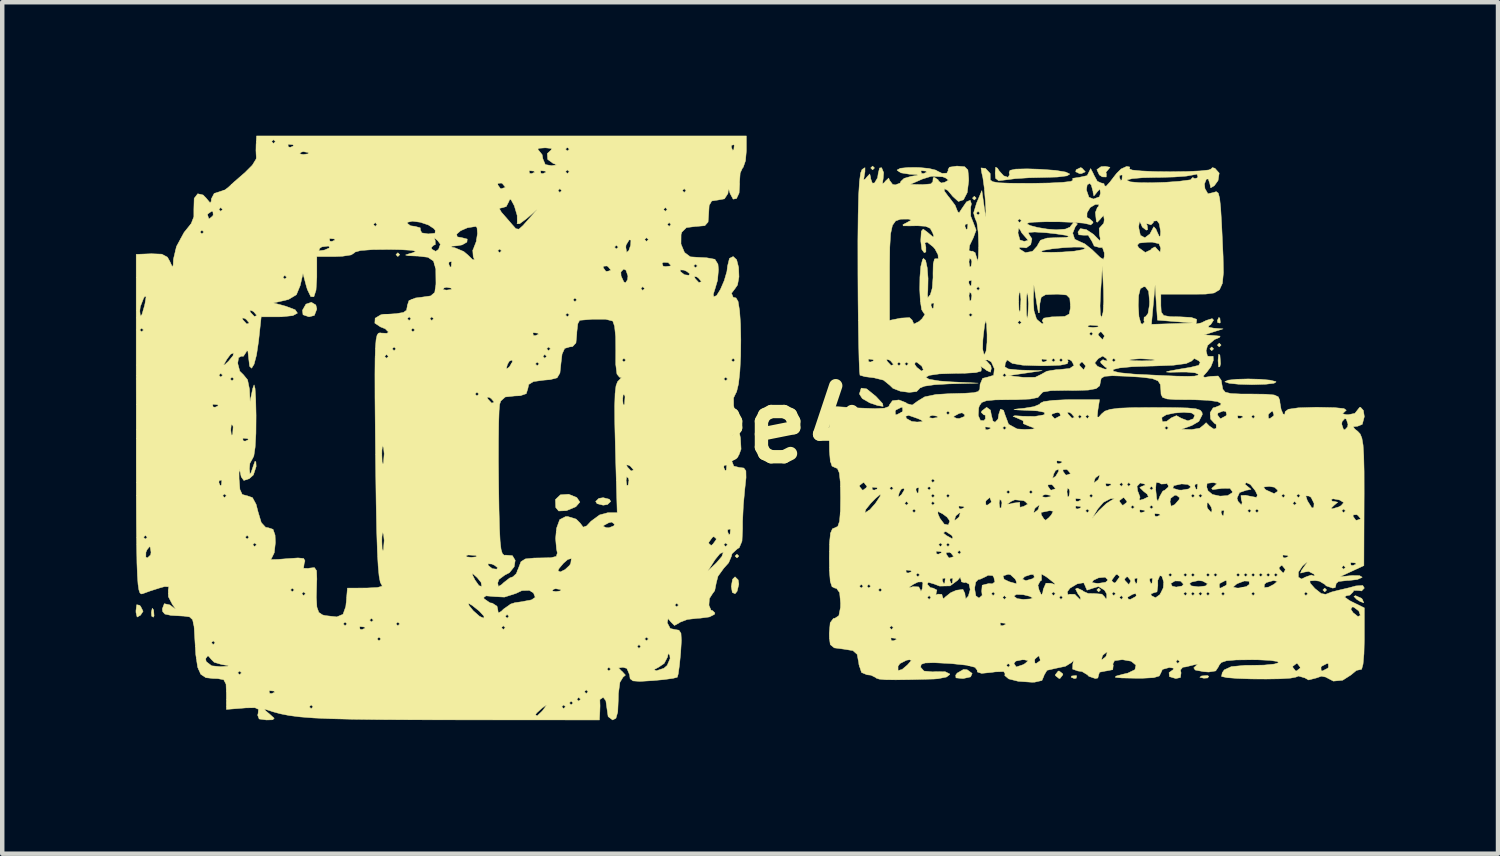
<source format=kicad_pcb>
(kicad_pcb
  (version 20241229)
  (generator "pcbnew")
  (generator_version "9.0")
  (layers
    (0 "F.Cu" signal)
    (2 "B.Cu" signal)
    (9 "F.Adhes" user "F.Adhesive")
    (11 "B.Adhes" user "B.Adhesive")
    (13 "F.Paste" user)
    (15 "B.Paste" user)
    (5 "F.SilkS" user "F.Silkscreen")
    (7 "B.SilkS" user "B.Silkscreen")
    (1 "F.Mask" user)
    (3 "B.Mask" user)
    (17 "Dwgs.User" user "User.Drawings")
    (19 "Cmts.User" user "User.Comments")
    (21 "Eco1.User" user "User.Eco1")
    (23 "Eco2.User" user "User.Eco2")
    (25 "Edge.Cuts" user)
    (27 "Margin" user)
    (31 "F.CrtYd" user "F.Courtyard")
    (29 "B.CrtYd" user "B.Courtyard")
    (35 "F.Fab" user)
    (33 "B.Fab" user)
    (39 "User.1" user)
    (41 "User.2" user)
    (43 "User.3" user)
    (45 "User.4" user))
  (footprint "dee4"
    (layer "F.Cu")
    (at 13.806 6.524)
    (property "Reference" "dee4" (at 0 0 0) (layer "F.SilkS") (effects (font (size 1.524 1.524) (thickness 0.3))))
    (attr through_hole)
    (fp_poly (pts (xy -7.874 -3.852) (xy -7.916 -3.81) (xy -7.959 -3.852) (xy -7.916 -3.895) (xy -7.874 -3.852)) (stroke (width 0.01) (type solid)) (fill yes) (layer "F.SilkS"))
    (fp_poly (pts (xy -0.254 2.921) (xy -0.296 2.963) (xy -0.339 2.921) (xy -0.296 2.879) (xy -0.254 2.921)) (stroke (width 0.01) (type solid)) (fill yes) (layer "F.SilkS"))
    (fp_poly (pts (xy 2.794 -5.8) (xy 2.752 -5.757) (xy 2.709 -5.8) (xy 2.752 -5.842) (xy 2.794 -5.8)) (stroke (width 0.01) (type solid)) (fill yes) (layer "F.SilkS"))
    (fp_poly (pts (xy 5.08 -5.122) (xy 5.038 -5.08) (xy 4.995 -5.122) (xy 5.038 -5.165) (xy 5.08 -5.122)) (stroke (width 0.01) (type solid)) (fill yes) (layer "F.SilkS"))
    (fp_poly (pts (xy 7.874 3.683) (xy 7.832 3.725) (xy 7.789 3.683) (xy 7.832 3.641) (xy 7.874 3.683)) (stroke (width 0.01) (type solid)) (fill yes) (layer "F.SilkS"))
    (fp_poly (pts (xy 9.991 -5.546) (xy 9.948 -5.503) (xy 9.906 -5.546) (xy 9.948 -5.588) (xy 9.991 -5.546)) (stroke (width 0.01) (type solid)) (fill yes) (layer "F.SilkS"))
    (fp_poly (pts (xy 10.414 -1.736) (xy 10.372 -1.693) (xy 10.329 -1.736) (xy 10.372 -1.778) (xy 10.414 -1.736)) (stroke (width 0.01) (type solid)) (fill yes) (layer "F.SilkS"))
    (fp_poly (pts (xy 10.583 -1.82) (xy 10.541 -1.778) (xy 10.499 -1.82) (xy 10.541 -1.863) (xy 10.583 -1.82)) (stroke (width 0.01) (type solid)) (fill yes) (layer "F.SilkS"))
    (fp_poly (pts (xy 12.954 3.683) (xy 12.912 3.725) (xy 12.869 3.683) (xy 12.912 3.641) (xy 12.954 3.683)) (stroke (width 0.01) (type solid)) (fill yes) (layer "F.SilkS"))
    (fp_poly (pts (xy -13.404 4.133) (xy -13.394 4.265) (xy -13.411 4.295) (xy -13.449 4.27) (xy -13.455 4.184) (xy -13.435 4.094) (xy -13.404 4.133)) (stroke (width 0.01) (type solid)) (fill yes) (layer "F.SilkS"))
    (fp_poly (pts (xy 7.338 5.616) (xy 7.326 5.667) (xy 7.281 5.673) (xy 7.212 5.642) (xy 7.225 5.616) (xy 7.325 5.606) (xy 7.338 5.616)) (stroke (width 0.01) (type solid)) (fill yes) (layer "F.SilkS"))
    (fp_poly (pts (xy 10.306 5.622) (xy 10.281 5.66) (xy 10.195 5.666) (xy 10.105 5.645) (xy 10.144 5.615) (xy 10.276 5.605) (xy 10.306 5.622)) (stroke (width 0.01) (type solid)) (fill yes) (layer "F.SilkS"))
    (fp_poly (pts (xy 10.555 -2.427) (xy 10.565 -2.327) (xy 10.555 -2.314) (xy 10.505 -2.326) (xy 10.499 -2.371) (xy 10.53 -2.44) (xy 10.555 -2.427)) (stroke (width 0.01) (type solid)) (fill yes) (layer "F.SilkS"))
    (fp_poly (pts (xy 7.457 -5.796) (xy 7.532 -5.714) (xy 7.446 -5.674) (xy 7.403 -5.673) (xy 7.316 -5.714) (xy 7.325 -5.759) (xy 7.426 -5.808) (xy 7.457 -5.796)) (stroke (width 0.01) (type solid)) (fill yes) (layer "F.SilkS"))
    (fp_poly (pts (xy 13.74 3.872) (xy 13.758 3.895) (xy 13.788 3.971) (xy 13.708 3.942) (xy 13.631 3.895) (xy 13.566 3.827) (xy 13.605 3.811) (xy 13.74 3.872)) (stroke (width 0.01) (type solid)) (fill yes) (layer "F.SilkS"))
    (fp_poly (pts (xy -13.72 4.028) (xy -13.699 4.047) (xy -13.641 4.162) (xy -13.699 4.25) (xy -13.775 4.292) (xy -13.8 4.189) (xy -13.801 4.149) (xy -13.784 4.014) (xy -13.72 4.028)) (stroke (width 0.01) (type solid)) (fill yes) (layer "F.SilkS"))
    (fp_poly (pts (xy -9.759 -2.721) (xy -9.737 -2.631) (xy -9.792 -2.486) (xy -9.912 -2.455) (xy -10.047 -2.501) (xy -10.059 -2.603) (xy -9.981 -2.74) (xy -9.859 -2.781) (xy -9.759 -2.721)) (stroke (width 0.01) (type solid)) (fill yes) (layer "F.SilkS"))
    (fp_poly (pts (xy -3.164 1.644) (xy -3.133 1.693) (xy -3.204 1.762) (xy -3.302 1.778) (xy -3.44 1.743) (xy -3.471 1.693) (xy -3.4 1.625) (xy -3.302 1.609) (xy -3.164 1.644)) (stroke (width 0.01) (type solid)) (fill yes) (layer "F.SilkS"))
    (fp_poly (pts (xy -0.269 3.457) (xy -0.254 3.551) (xy -0.293 3.713) (xy -0.339 3.768) (xy -0.401 3.738) (xy -0.423 3.603) (xy -0.395 3.442) (xy -0.339 3.387) (xy -0.269 3.457)) (stroke (width 0.01) (type solid)) (fill yes) (layer "F.SilkS"))
    (fp_poly (pts (xy 7.025 5.568) (xy 7.027 5.588) (xy 6.963 5.67) (xy 6.943 5.673) (xy 6.86 5.608) (xy 6.858 5.588) (xy 6.922 5.506) (xy 6.943 5.503) (xy 7.025 5.568)) (stroke (width 0.01) (type solid)) (fill yes) (layer "F.SilkS"))
    (fp_poly (pts (xy 10.553 -1.6) (xy 10.557 -1.586) (xy 10.57 -1.401) (xy 10.554 -1.332) (xy 10.526 -1.329) (xy 10.515 -1.462) (xy 10.515 -1.482) (xy 10.527 -1.613) (xy 10.553 -1.6)) (stroke (width 0.01) (type solid)) (fill yes) (layer "F.SilkS"))
    (fp_poly (pts (xy -3.895 1.606) (xy -3.826 1.708) (xy -3.917 1.813) (xy -4.128 1.901) (xy -4.302 1.908) (xy -4.368 1.83) (xy -4.375 1.651) (xy -4.264 1.545) (xy -4.077 1.532) (xy -3.895 1.606)) (stroke (width 0.01) (type solid)) (fill yes) (layer "F.SilkS"))
    (fp_poly (pts (xy 4.875 5.475) (xy 4.989 5.558) (xy 4.954 5.636) (xy 4.788 5.673) (xy 4.773 5.673) (xy 4.625 5.658) (xy 4.619 5.596) (xy 4.652 5.551) (xy 4.794 5.469) (xy 4.875 5.475)) (stroke (width 0.01) (type solid)) (fill yes) (layer "F.SilkS"))
    (fp_poly (pts (xy 2.617 -0.836) (xy 2.82 -0.672) (xy 2.828 -0.665) (xy 2.975 -0.507) (xy 2.989 -0.442) (xy 2.864 -0.462) (xy 2.688 -0.522) (xy 2.521 -0.618) (xy 2.455 -0.722) (xy 2.496 -0.853) (xy 2.617 -0.836)) (stroke (width 0.01) (type solid)) (fill yes) (layer "F.SilkS"))
    (fp_poly (pts (xy 8.086 -5.816) (xy 8.064 -5.786) (xy 7.995 -5.703) (xy 8.005 -5.665) (xy 8.001 -5.597) (xy 7.913 -5.6) (xy 7.846 -5.644) (xy 7.791 -5.763) (xy 7.886 -5.829) (xy 7.98 -5.835) (xy 8.086 -5.816)) (stroke (width 0.01) (type solid)) (fill yes) (layer "F.SilkS"))
    (fp_poly (pts (xy 11.457 -1.052) (xy 11.681 -1.032) (xy 11.811 -1) (xy 11.819 -0.993) (xy 11.773 -0.963) (xy 11.595 -0.941) (xy 11.321 -0.932) (xy 11.275 -0.931) (xy 10.979 -0.94) (xy 10.763 -0.962) (xy 10.669 -0.994) (xy 10.668 -0.998) (xy 10.744 -1.032) (xy 10.935 -1.052) (xy 11.191 -1.059) (xy 11.457 -1.052)) (stroke (width 0.01) (type solid)) (fill yes) (layer "F.SilkS"))
    (fp_poly (pts (xy 5.558 -5.795) (xy 5.595 -5.736) (xy 5.697 -5.623) (xy 5.794 -5.59) (xy 5.831 -5.648) (xy 5.819 -5.694) (xy 5.839 -5.746) (xy 5.966 -5.774) (xy 6.222 -5.78) (xy 6.488 -5.772) (xy 6.861 -5.746) (xy 7.094 -5.707) (xy 7.183 -5.663) (xy 7.12 -5.623) (xy 6.9 -5.596) (xy 6.615 -5.588) (xy 6.273 -5.58) (xy 5.96 -5.56) (xy 5.768 -5.535) (xy 5.585 -5.513) (xy 5.515 -5.567) (xy 5.506 -5.683) (xy 5.517 -5.817) (xy 5.558 -5.795)) (stroke (width 0.01) (type solid)) (fill yes) (layer "F.SilkS"))
    (fp_poly (pts (xy -0.085 -6.186) (xy -0.105 -5.96) (xy -0.156 -5.814) (xy -0.172 -5.798) (xy -0.224 -5.685) (xy -0.238 -5.479) (xy -0.236 -5.442) (xy -0.248 -5.237) (xy -0.306 -5.113) (xy -0.382 -5.099) (xy -0.448 -5.222) (xy -0.449 -5.223) (xy -0.481 -5.328) (xy -0.495 -5.269) (xy -0.498 -5.228) (xy -0.577 -5.106) (xy -0.72 -5.08) (xy -0.863 -5.058) (xy -0.921 -4.958) (xy -0.931 -4.784) (xy -0.945 -4.585) (xy -1.018 -4.503) (xy -1.202 -4.487) (xy -1.218 -4.487) (xy -1.431 -4.46) (xy -1.534 -4.359) (xy -1.552 -4.304) (xy -1.554 -4.091) (xy -1.475 -3.901) (xy -1.345 -3.804) (xy -1.331 -3.802) (xy -1.175 -3.792) (xy -0.974 -3.781) (xy -0.792 -3.748) (xy -0.723 -3.637) (xy -0.712 -3.514) (xy -0.733 -3.274) (xy -0.783 -3.104) (xy -0.828 -2.96) (xy -0.817 -2.906) (xy -0.753 -2.933) (xy -0.667 -3.072) (xy -0.582 -3.269) (xy -0.522 -3.474) (xy -0.508 -3.594) (xy -0.465 -3.768) (xy -0.381 -3.81) (xy -0.303 -3.737) (xy -0.259 -3.563) (xy -0.251 -3.352) (xy -0.284 -3.17) (xy -0.339 -3.09) (xy -0.419 -2.985) (xy -0.381 -2.894) (xy -0.317 -2.879) (xy -0.271 -2.801) (xy -0.237 -2.592) (xy -0.216 -2.293) (xy -0.209 -1.94) (xy -0.213 -1.573) (xy -0.231 -1.23) (xy -0.261 -0.95) (xy -0.304 -0.771) (xy -0.321 -0.74) (xy -0.372 -0.633) (xy -0.371 -0.463) (xy -0.316 -0.189) (xy -0.291 -0.089) (xy -0.218 0.268) (xy -0.204 0.519) (xy -0.25 0.644) (xy -0.338 0.635) (xy -0.405 0.661) (xy -0.423 0.757) (xy -0.368 0.9) (xy -0.242 0.931) (xy -0.142 0.943) (xy -0.095 1.006) (xy -0.092 1.159) (xy -0.12 1.418) (xy -0.153 1.778) (xy -0.17 2.148) (xy -0.17 2.308) (xy -0.183 2.586) (xy -0.244 2.731) (xy -0.292 2.762) (xy -0.407 2.868) (xy -0.423 2.931) (xy -0.483 3.072) (xy -0.593 3.195) (xy -0.723 3.375) (xy -0.762 3.527) (xy -0.796 3.699) (xy -0.847 3.768) (xy -0.916 3.877) (xy -0.926 4.027) (xy -0.879 4.136) (xy -0.842 4.149) (xy -0.791 4.201) (xy -0.804 4.233) (xy -0.916 4.289) (xy -1.125 4.317) (xy -1.173 4.318) (xy -1.41 4.345) (xy -1.58 4.41) (xy -1.595 4.423) (xy -1.701 4.481) (xy -1.78 4.402) (xy -1.844 4.325) (xy -1.861 4.408) (xy -1.861 4.424) (xy -1.794 4.549) (xy -1.692 4.572) (xy -1.6 4.587) (xy -1.554 4.657) (xy -1.545 4.82) (xy -1.561 5.09) (xy -1.588 5.368) (xy -1.616 5.57) (xy -1.637 5.644) (xy -1.734 5.669) (xy -1.95 5.698) (xy -2.191 5.72) (xy -2.477 5.737) (xy -2.632 5.726) (xy -2.697 5.677) (xy -2.709 5.589) (xy -2.757 5.475) (xy -2.163 5.475) (xy -2.108 5.498) (xy -2.106 5.498) (xy -1.938 5.442) (xy -1.865 5.379) (xy -1.798 5.223) (xy -1.806 5.146) (xy -1.843 5.112) (xy -1.856 5.189) (xy -1.932 5.334) (xy -2.053 5.416) (xy -2.163 5.475) (xy -2.757 5.475) (xy -2.769 5.446) (xy -2.857 5.42) (xy -2.956 5.434) (xy -2.899 5.496) (xy -2.879 5.511) (xy -2.802 5.596) (xy -2.857 5.644) (xy -2.926 5.757) (xy -2.96 6.011) (xy -2.963 6.145) (xy -2.975 6.424) (xy -3.016 6.566) (xy -3.09 6.604) (xy -3.191 6.528) (xy -3.217 6.35) (xy -3.242 6.172) (xy -3.301 6.096) (xy -3.302 6.096) (xy -3.376 6.144) (xy -3.377 6.16) (xy -3.373 6.288) (xy -3.377 6.413) (xy -3.387 6.604) (xy -6.71 6.602) (xy -7.596 6.6) (xy -8.331 6.596) (xy -8.933 6.588) (xy -9.418 6.576) (xy -9.805 6.559) (xy -10.112 6.535) (xy -10.356 6.504) (xy -10.443 6.487) (xy -4.826 6.487) (xy -4.785 6.513) (xy -4.672 6.404) (xy -4.646 6.371) (xy -4.6 6.308) (xy -4.233 6.308) (xy -4.191 6.35) (xy -4.149 6.308) (xy -4.191 6.265) (xy -4.233 6.308) (xy -4.6 6.308) (xy -4.573 6.271) (xy -4.616 6.292) (xy -4.678 6.339) (xy -4.795 6.444) (xy -4.826 6.487) (xy -10.443 6.487) (xy -10.556 6.465) (xy -10.728 6.418) (xy -10.795 6.395) (xy -10.912 6.359) (xy -10.894 6.392) (xy -10.8 6.47) (xy -10.694 6.566) (xy -10.728 6.6) (xy -10.869 6.604) (xy -11.033 6.582) (xy -11.066 6.496) (xy -11.056 6.455) (xy -11.048 6.365) (xy -11.126 6.329) (xy -11.327 6.332) (xy -11.389 6.337) (xy -11.769 6.367) (xy -11.769 6.308) (xy -9.906 6.308) (xy -9.864 6.35) (xy -9.821 6.308) (xy -9.864 6.265) (xy -9.906 6.308) (xy -11.769 6.308) (xy -11.769 6.223) (xy -4.064 6.223) (xy -4.022 6.265) (xy -3.979 6.223) (xy -4.022 6.181) (xy -4.064 6.223) (xy -11.769 6.223) (xy -11.769 6.138) (xy -3.895 6.138) (xy -3.852 6.181) (xy -3.81 6.138) (xy -3.852 6.096) (xy -3.895 6.138) (xy -11.769 6.138) (xy -11.769 6.02) (xy -11.771 5.955) (xy -10.809 5.955) (xy -10.797 6.005) (xy -10.753 6.011) (xy -10.683 5.98) (xy -10.689 5.969) (xy -3.725 5.969) (xy -3.683 6.011) (xy -3.641 5.969) (xy -3.683 5.927) (xy -3.725 5.969) (xy -10.689 5.969) (xy -10.696 5.955) (xy -10.797 5.945) (xy -10.809 5.955) (xy -11.771 5.955) (xy -11.777 5.799) (xy -11.829 5.7) (xy -11.965 5.674) (xy -12.055 5.673) (xy -12.229 5.654) (xy -12.344 5.578) (xy -12.358 5.546) (xy -11.515 5.546) (xy -11.472 5.588) (xy -11.43 5.546) (xy -11.472 5.503) (xy -11.515 5.546) (xy -12.358 5.546) (xy -12.396 5.461) (xy -3.217 5.461) (xy -3.175 5.503) (xy -3.133 5.461) (xy -3.175 5.419) (xy -3.217 5.461) (xy -12.396 5.461) (xy -12.415 5.417) (xy -12.443 5.227) (xy -12.236 5.227) (xy -12.223 5.292) (xy -12.1 5.387) (xy -11.908 5.406) (xy -11.736 5.396) (xy -11.726 5.383) (xy -11.873 5.358) (xy -11.874 5.358) (xy -12.043 5.308) (xy -12.107 5.244) (xy -12.172 5.167) (xy -12.189 5.165) (xy -12.236 5.227) (xy -12.443 5.227) (xy -12.456 5.14) (xy -12.468 4.953) (xy -2.54 4.953) (xy -2.498 4.995) (xy -2.455 4.953) (xy -2.498 4.911) (xy -2.54 4.953) (xy -12.468 4.953) (xy -12.473 4.868) (xy -12.107 4.868) (xy -12.065 4.911) (xy -12.023 4.868) (xy -12.065 4.826) (xy -12.107 4.868) (xy -12.473 4.868) (xy -12.478 4.786) (xy -12.478 4.784) (xy -8.382 4.784) (xy -8.34 4.826) (xy -8.297 4.784) (xy -2.371 4.784) (xy -2.328 4.826) (xy -2.286 4.784) (xy -2.328 4.741) (xy -2.371 4.784) (xy -8.297 4.784) (xy -8.34 4.741) (xy -8.382 4.784) (xy -12.478 4.784) (xy -12.494 4.516) (xy -8.777 4.516) (xy -8.765 4.566) (xy -8.721 4.572) (xy -8.651 4.541) (xy -8.657 4.53) (xy -5.588 4.53) (xy -5.546 4.572) (xy -5.503 4.53) (xy -5.546 4.487) (xy -5.588 4.53) (xy -8.657 4.53) (xy -8.664 4.516) (xy -8.765 4.505) (xy -8.777 4.516) (xy -12.494 4.516) (xy -12.495 4.505) (xy -12.508 4.445) (xy -9.144 4.445) (xy -9.102 4.487) (xy -9.059 4.445) (xy -7.959 4.445) (xy -7.916 4.487) (xy -7.874 4.445) (xy -7.916 4.403) (xy -7.959 4.445) (xy -9.059 4.445) (xy -9.102 4.403) (xy -9.144 4.445) (xy -12.508 4.445) (xy -12.526 4.36) (xy -8.551 4.36) (xy -8.509 4.403) (xy -8.467 4.36) (xy -8.509 4.318) (xy -8.551 4.36) (xy -12.526 4.36) (xy -12.527 4.352) (xy -12.597 4.288) (xy -12.724 4.27) (xy -12.749 4.269) (xy -13.014 4.254) (xy -13.152 4.224) (xy -13.202 4.166) (xy -13.208 4.106) (xy -13.164 3.991) (xy -13.039 4.019) (xy -12.952 4.085) (xy -12.91 4.109) (xy -12.972 4.022) (xy -12.979 4.013) (xy -13.072 3.835) (xy -13.074 3.768) (xy -10.075 3.768) (xy -10.033 3.81) (xy -9.991 3.768) (xy -10.033 3.725) (xy -10.075 3.768) (xy -13.074 3.768) (xy -13.075 3.699) (xy -13.073 3.683) (xy -10.329 3.683) (xy -10.287 3.725) (xy -10.245 3.683) (xy -10.287 3.641) (xy -10.329 3.683) (xy -13.073 3.683) (xy -13.064 3.611) (xy -13.154 3.606) (xy -13.264 3.636) (xy -13.492 3.709) (xy -13.65 3.767) (xy -13.684 3.772) (xy -13.712 3.748) (xy -13.735 3.681) (xy -13.754 3.556) (xy -13.768 3.36) (xy -13.779 3.078) (xy -13.781 2.945) (xy -13.579 2.945) (xy -13.544 2.963) (xy -13.471 2.895) (xy -13.462 2.836) (xy -13.48 2.723) (xy -13.495 2.709) (xy -13.55 2.776) (xy -13.577 2.836) (xy -13.579 2.945) (xy -13.781 2.945) (xy -13.786 2.695) (xy -13.786 2.667) (xy -11.176 2.667) (xy -11.134 2.709) (xy -11.091 2.667) (xy -11.134 2.625) (xy -11.176 2.667) (xy -13.786 2.667) (xy -13.788 2.498) (xy -13.631 2.498) (xy -13.589 2.54) (xy -13.547 2.498) (xy -11.345 2.498) (xy -11.303 2.54) (xy -11.261 2.498) (xy -11.303 2.455) (xy -11.345 2.498) (xy -13.547 2.498) (xy -13.589 2.455) (xy -13.631 2.498) (xy -13.788 2.498) (xy -13.791 2.199) (xy -13.794 1.574) (xy -13.794 1.566) (xy -11.853 1.566) (xy -11.811 1.609) (xy -11.769 1.566) (xy -11.811 1.524) (xy -11.853 1.566) (xy -13.794 1.566) (xy -13.794 1.27) (xy -11.938 1.27) (xy -11.907 1.34) (xy -11.882 1.326) (xy -11.871 1.226) (xy -11.882 1.214) (xy -11.932 1.225) (xy -11.938 1.27) (xy -13.794 1.27) (xy -13.795 0.807) (xy -13.795 0.282) (xy -11.402 0.282) (xy -11.39 0.333) (xy -11.345 0.339) (xy -11.276 0.308) (xy -11.289 0.282) (xy -11.389 0.272) (xy -11.402 0.282) (xy -13.795 0.282) (xy -13.795 0.085) (xy -11.671 0.085) (xy -11.657 0.205) (xy -11.628 0.191) (xy -11.617 0.017) (xy -11.628 -0.021) (xy -11.659 -0.032) (xy -11.671 0.085) (xy -13.795 0.085) (xy -13.795 -0.017) (xy -13.795 -0.48) (xy -12.079 -0.48) (xy -12.067 -0.429) (xy -12.023 -0.423) (xy -11.953 -0.454) (xy -11.966 -0.48) (xy -12.067 -0.49) (xy -12.079 -0.48) (xy -13.795 -0.48) (xy -13.796 -1.058) (xy -11.684 -1.058) (xy -11.642 -1.016) (xy -11.599 -1.058) (xy -11.642 -1.101) (xy -11.684 -1.058) (xy -13.796 -1.058) (xy -13.796 -1.143) (xy -11.938 -1.143) (xy -11.896 -1.101) (xy -11.853 -1.143) (xy -11.896 -1.185) (xy -11.938 -1.143) (xy -13.796 -1.143) (xy -13.796 -1.372) (xy -11.832 -1.372) (xy -11.805 -1.378) (xy -11.77 -1.411) (xy -11.515 -1.411) (xy -11.468 -1.233) (xy -11.388 -1.155) (xy -11.293 -1.039) (xy -11.25 -0.828) (xy -11.238 -0.55) (xy -11.176 -0.847) (xy -11.147 -0.925) (xy -11.125 -0.847) (xy -11.11 -0.606) (xy -11.102 -0.238) (xy -11.105 0.162) (xy -11.123 0.476) (xy -11.152 0.671) (xy -11.176 0.72) (xy -11.241 0.837) (xy -11.252 0.957) (xy -11.241 1.077) (xy -11.214 1.044) (xy -11.176 0.931) (xy -11.126 0.79) (xy -11.106 0.805) (xy -11.1 0.907) (xy -11.162 1.098) (xy -11.255 1.182) (xy -11.377 1.222) (xy -11.436 1.14) (xy -11.457 1.037) (xy -11.477 0.973) (xy -11.485 1.06) (xy -11.484 1.185) (xy -11.465 1.424) (xy -11.413 1.537) (xy -11.309 1.566) (xy -11.303 1.566) (xy -11.183 1.608) (xy -11.101 1.759) (xy -11.058 1.926) (xy -10.985 2.169) (xy -10.887 2.275) (xy -10.825 2.286) (xy -10.721 2.32) (xy -10.675 2.45) (xy -10.668 2.618) (xy -10.693 2.845) (xy -10.757 2.977) (xy -10.774 2.986) (xy -10.758 3) (xy -10.609 2.996) (xy -10.421 2.981) (xy -10.16 2.963) (xy -10.033 2.975) (xy -10.003 3.029) (xy -10.021 3.088) (xy -10.035 3.195) (xy -9.931 3.199) (xy -9.901 3.192) (xy -9.791 3.18) (xy -9.743 3.249) (xy -9.736 3.439) (xy -9.739 3.499) (xy -9.748 3.85) (xy -9.735 4.068) (xy -9.692 4.187) (xy -9.609 4.243) (xy -9.546 4.259) (xy -9.288 4.288) (xy -9.148 4.229) (xy -9.086 4.055) (xy -9.078 3.979) (xy -6.334 3.979) (xy -6.317 4.032) (xy -6.223 4.149) (xy -6.08 4.275) (xy -5.985 4.318) (xy -5.981 4.276) (xy -5.503 4.276) (xy -5.461 4.318) (xy -5.419 4.276) (xy -5.461 4.233) (xy -5.503 4.276) (xy -5.981 4.276) (xy -5.981 4.272) (xy -6.083 4.16) (xy -6.096 4.149) (xy -6.246 4.029) (xy -6.334 3.979) (xy -6.334 3.979) (xy -9.078 3.979) (xy -9.075 3.957) (xy -9.067 3.854) (xy -5.989 3.854) (xy -5.977 3.881) (xy -5.846 3.972) (xy -5.795 3.979) (xy -5.688 4.048) (xy -5.673 4.112) (xy -5.659 4.201) (xy -5.592 4.163) (xy -5.54 4.112) (xy -5.411 4.022) (xy -1.693 4.022) (xy -1.651 4.064) (xy -1.609 4.022) (xy -1.651 3.979) (xy -1.693 4.022) (xy -5.411 4.022) (xy -5.38 3.999) (xy -5.286 3.969) (xy -5.116 3.945) (xy -5.08 3.937) (xy -4.917 3.906) (xy -4.911 3.905) (xy -4.829 3.847) (xy -4.869 3.749) (xy -4.939 3.705) (xy -4.451 3.705) (xy -4.367 3.719) (xy -4.258 3.703) (xy -4.256 3.674) (xy -4.37 3.654) (xy -4.419 3.667) (xy -4.451 3.705) (xy -4.939 3.705) (xy -4.96 3.692) (xy -5.128 3.697) (xy -5.265 3.761) (xy -5.521 3.843) (xy -5.737 3.832) (xy -5.935 3.815) (xy -5.989 3.854) (xy -9.067 3.854) (xy -9.049 3.641) (xy -8.61 3.639) (xy -8.373 3.627) (xy -8.267 3.597) (xy -8.279 3.569) (xy -8.311 3.511) (xy -8.337 3.373) (xy -8.34 3.344) (xy -6.24 3.344) (xy -6.184 3.457) (xy -6.093 3.586) (xy -6.031 3.604) (xy -6.043 3.525) (xy -5.673 3.525) (xy -5.657 3.606) (xy -5.582 3.561) (xy -5.54 3.52) (xy -5.402 3.413) (xy -5.33 3.387) (xy -5.254 3.315) (xy -5.229 3.251) (xy -4.318 3.251) (xy -4.268 3.278) (xy -4.23 3.26) (xy -0.952 3.26) (xy -0.756 3.072) (xy -0.635 2.93) (xy -0.604 2.84) (xy -0.607 2.836) (xy -0.678 2.866) (xy -0.789 3.002) (xy -0.803 3.024) (xy -0.952 3.26) (xy -4.23 3.26) (xy -4.159 3.225) (xy -4.057 3.13) (xy -4.031 3.084) (xy -4.017 2.976) (xy -4.097 2.997) (xy -4.197 3.084) (xy -4.297 3.204) (xy -4.318 3.251) (xy -5.229 3.251) (xy -5.199 3.175) (xy -5.15 3.048) (xy -5.051 2.985) (xy -4.853 2.965) (xy -4.723 2.963) (xy -4.474 2.958) (xy -4.356 2.928) (xy -4.332 2.852) (xy -4.351 2.76) (xy -4.362 2.635) (xy -0.931 2.635) (xy -0.879 2.681) (xy -0.847 2.667) (xy -0.593 2.667) (xy -0.55 2.709) (xy -0.508 2.667) (xy -0.55 2.625) (xy -0.593 2.667) (xy -0.847 2.667) (xy -0.765 2.555) (xy -0.762 2.53) (xy -0.814 2.484) (xy -0.847 2.498) (xy -0.928 2.61) (xy -0.931 2.635) (xy -4.362 2.635) (xy -4.371 2.526) (xy -4.357 2.371) (xy -0.508 2.371) (xy -0.477 2.44) (xy -0.452 2.427) (xy -0.441 2.327) (xy -0.452 2.314) (xy -0.502 2.326) (xy -0.508 2.371) (xy -4.357 2.371) (xy -4.349 2.294) (xy -4.279 2.102) (xy -4.149 2.035) (xy -4.1 2.032) (xy -3.911 2.09) (xy -3.821 2.179) (xy -3.752 2.271) (xy -3.699 2.253) (xy -3.302 2.253) (xy -3.233 2.282) (xy -3.175 2.286) (xy -3.062 2.242) (xy -3.048 2.204) (xy -3.11 2.157) (xy -3.175 2.171) (xy -3.286 2.231) (xy -3.302 2.253) (xy -3.699 2.253) (xy -3.674 2.244) (xy -3.574 2.137) (xy -3.383 1.997) (xy -3.198 1.947) (xy -2.987 1.947) (xy -3.008 1.221) (xy -2.787 1.221) (xy -2.772 1.33) (xy -2.743 1.332) (xy -2.723 1.218) (xy -2.736 1.169) (xy -2.774 1.137) (xy -2.787 1.221) (xy -3.008 1.221) (xy -3.018 0.871) (xy -2.78 0.871) (xy -2.76 0.918) (xy -2.675 1.009) (xy -2.625 0.99) (xy -2.625 0.979) (xy -2.664 0.931) (xy -0.593 0.931) (xy -0.562 1.001) (xy -0.536 0.988) (xy -0.526 0.887) (xy -0.536 0.875) (xy -0.587 0.887) (xy -0.593 0.931) (xy -2.664 0.931) (xy -2.685 0.907) (xy -2.722 0.881) (xy -2.78 0.871) (xy -3.018 0.871) (xy -3.028 0.498) (xy -3.038 0.085) (xy -0.41 0.085) (xy -0.397 0.205) (xy -0.367 0.191) (xy -0.356 0.017) (xy -0.367 -0.021) (xy -0.398 -0.032) (xy -0.41 0.085) (xy -3.038 0.085) (xy -3.041 -0.05) (xy -3.044 -0.452) (xy -3.039 -0.593) (xy -2.865 -0.593) (xy -2.852 -0.472) (xy -2.823 -0.487) (xy -2.811 -0.66) (xy -2.823 -0.699) (xy -2.853 -0.709) (xy -2.865 -0.593) (xy -3.039 -0.593) (xy -3.035 -0.729) (xy -3.014 -0.904) (xy -2.979 -0.998) (xy -2.953 -1.024) (xy -2.92 -1.058) (xy -0.593 -1.058) (xy -0.55 -1.016) (xy -0.508 -1.058) (xy -0.55 -1.101) (xy -0.593 -1.058) (xy -2.92 -1.058) (xy -2.892 -1.087) (xy -2.937 -1.099) (xy -2.993 -1.169) (xy -3.02 -1.385) (xy -3.02 -1.482) (xy -2.879 -1.482) (xy -2.836 -1.439) (xy -2.794 -1.482) (xy -0.423 -1.482) (xy -0.381 -1.439) (xy -0.339 -1.482) (xy -0.381 -1.524) (xy -0.423 -1.482) (xy -2.794 -1.482) (xy -2.836 -1.524) (xy -2.879 -1.482) (xy -3.02 -1.482) (xy -3.019 -1.699) (xy -3.022 -2.006) (xy -3.046 -2.242) (xy -3.086 -2.359) (xy -3.089 -2.361) (xy -3.247 -2.4) (xy -3.552 -2.4) (xy -3.831 -2.377) (xy -3.873 -2.298) (xy -3.894 -2.112) (xy -3.895 -2.074) (xy -3.914 -1.869) (xy -3.989 -1.787) (xy -4.059 -1.778) (xy -4.168 -1.745) (xy -4.226 -1.618) (xy -4.25 -1.418) (xy -4.274 -1.192) (xy -4.338 -1.084) (xy -4.492 -1.044) (xy -4.636 -1.032) (xy -4.869 -1) (xy -4.975 -0.935) (xy -4.995 -0.842) (xy -5.031 -0.728) (xy -5.166 -0.682) (xy -5.29 -0.677) (xy -5.502 -0.654) (xy -5.604 -0.563) (xy -5.629 -0.487) (xy -5.641 -0.344) (xy -5.65 -0.063) (xy -5.655 0.327) (xy -5.656 0.797) (xy -5.651 1.315) (xy -5.651 1.32) (xy -5.643 1.883) (xy -5.632 2.298) (xy -5.618 2.586) (xy -5.597 2.768) (xy -5.568 2.866) (xy -5.529 2.902) (xy -5.492 2.9) (xy -5.342 2.912) (xy -5.279 3.017) (xy -5.302 3.161) (xy -5.408 3.294) (xy -5.511 3.347) (xy -5.644 3.445) (xy -5.673 3.525) (xy -6.043 3.525) (xy -6.044 3.515) (xy -6.132 3.406) (xy -6.237 3.312) (xy -6.24 3.344) (xy -8.34 3.344) (xy -8.359 3.14) (xy -8.361 3.094) (xy -5.891 3.094) (xy -5.884 3.134) (xy -5.793 3.204) (xy -5.696 3.216) (xy -5.673 3.184) (xy -5.739 3.13) (xy -5.804 3.1) (xy -5.891 3.094) (xy -8.361 3.094) (xy -8.37 2.938) (xy -6.382 2.938) (xy -6.265 2.95) (xy -6.145 2.937) (xy -6.16 2.907) (xy -6.333 2.896) (xy -6.371 2.907) (xy -6.382 2.938) (xy -8.37 2.938) (xy -8.377 2.799) (xy -8.384 2.582) (xy -8.276 2.582) (xy -8.269 2.757) (xy -8.25 2.802) (xy -8.239 2.774) (xy -8.223 2.57) (xy -8.237 2.435) (xy -8.26 2.388) (xy -8.274 2.49) (xy -8.276 2.582) (xy -8.384 2.582) (xy -8.392 2.335) (xy -8.404 1.734) (xy -8.414 0.983) (xy -8.418 0.684) (xy -8.418 0.635) (xy -8.276 0.635) (xy -8.269 0.809) (xy -8.25 0.854) (xy -8.239 0.826) (xy -8.223 0.623) (xy -8.237 0.488) (xy -8.26 0.441) (xy -8.274 0.543) (xy -8.276 0.635) (xy -8.418 0.635) (xy -8.425 -0.08) (xy -8.43 -0.653) (xy -5.913 -0.653) (xy -5.892 -0.606) (xy -5.807 -0.515) (xy -5.758 -0.534) (xy -5.757 -0.545) (xy -5.817 -0.617) (xy -5.855 -0.643) (xy -5.913 -0.653) (xy -8.43 -0.653) (xy -8.43 -0.691) (xy -8.43 -0.72) (xy -6.181 -0.72) (xy -6.138 -0.677) (xy -6.096 -0.72) (xy -6.138 -0.762) (xy -6.181 -0.72) (xy -8.43 -0.72) (xy -8.431 -1.166) (xy -8.43 -1.281) (xy -5.481 -1.281) (xy -5.419 -1.321) (xy -5.408 -1.332) (xy -5.369 -1.397) (xy -4.826 -1.397) (xy -4.784 -1.355) (xy -4.741 -1.397) (xy -4.784 -1.439) (xy -4.826 -1.397) (xy -5.369 -1.397) (xy -5.341 -1.443) (xy -5.35 -1.484) (xy -5.413 -1.458) (xy -5.456 -1.379) (xy -5.481 -1.281) (xy -8.43 -1.281) (xy -8.428 -1.522) (xy -8.426 -1.566) (xy -8.213 -1.566) (xy -8.17 -1.524) (xy -8.128 -1.566) (xy -4.657 -1.566) (xy -4.614 -1.524) (xy -4.572 -1.566) (xy -4.614 -1.609) (xy -4.657 -1.566) (xy -8.128 -1.566) (xy -8.17 -1.609) (xy -8.213 -1.566) (xy -8.426 -1.566) (xy -8.421 -1.736) (xy -8.043 -1.736) (xy -8.001 -1.693) (xy -7.959 -1.736) (xy -4.572 -1.736) (xy -4.53 -1.693) (xy -4.487 -1.736) (xy -4.53 -1.778) (xy -4.572 -1.736) (xy -7.959 -1.736) (xy -8.001 -1.778) (xy -8.043 -1.736) (xy -8.421 -1.736) (xy -8.419 -1.776) (xy -8.405 -1.943) (xy -8.383 -2.041) (xy -8.354 -2.086) (xy -8.317 -2.095) (xy -8.288 -2.09) (xy -8.158 -2.084) (xy -8.153 -2.088) (xy -4.882 -2.088) (xy -4.871 -2.038) (xy -4.826 -2.032) (xy -4.756 -2.063) (xy -4.77 -2.088) (xy -4.87 -2.099) (xy -4.882 -2.088) (xy -8.153 -2.088) (xy -8.128 -2.115) (xy -8.172 -2.159) (xy -7.62 -2.159) (xy -7.578 -2.117) (xy -7.535 -2.159) (xy -7.578 -2.201) (xy -7.62 -2.159) (xy -8.172 -2.159) (xy -8.199 -2.186) (xy -8.306 -2.228) (xy -8.433 -2.313) (xy -8.427 -2.413) (xy -7.705 -2.413) (xy -7.662 -2.371) (xy -7.62 -2.413) (xy -7.197 -2.413) (xy -7.154 -2.371) (xy -7.112 -2.413) (xy -7.154 -2.455) (xy -7.197 -2.413) (xy -7.62 -2.413) (xy -7.662 -2.455) (xy -7.705 -2.413) (xy -8.427 -2.413) (xy -8.426 -2.424) (xy -8.303 -2.498) (xy -4.149 -2.498) (xy -4.106 -2.455) (xy -4.064 -2.498) (xy -4.106 -2.54) (xy -4.149 -2.498) (xy -8.303 -2.498) (xy -8.3 -2.5) (xy -8.248 -2.506) (xy -7.954 -2.526) (xy -7.791 -2.553) (xy -7.721 -2.603) (xy -7.705 -2.689) (xy -7.705 -2.704) (xy -7.666 -2.82) (xy -7.625 -2.836) (xy -3.979 -2.836) (xy -3.937 -2.794) (xy -3.895 -2.836) (xy -3.937 -2.879) (xy -3.979 -2.836) (xy -7.625 -2.836) (xy -7.521 -2.878) (xy -7.387 -2.895) (xy -7.178 -2.925) (xy -7.087 -3.003) (xy -7.078 -3.068) (xy -6.906 -3.068) (xy -6.823 -3.055) (xy -6.713 -3.07) (xy -6.712 -3.09) (xy -2.455 -3.09) (xy -2.413 -3.048) (xy -2.371 -3.09) (xy -2.413 -3.133) (xy -2.455 -3.09) (xy -6.712 -3.09) (xy -6.712 -3.099) (xy -6.825 -3.119) (xy -6.874 -3.106) (xy -6.906 -3.068) (xy -7.078 -3.068) (xy -7.061 -3.179) (xy -7.06 -3.217) (xy -7.063 -3.462) (xy -2.905 -3.462) (xy -2.9 -3.373) (xy -2.84 -3.243) (xy -2.802 -3.217) (xy -2.755 -3.288) (xy -2.747 -3.362) (xy -1.256 -3.362) (xy -1.236 -3.315) (xy -1.151 -3.224) (xy -1.101 -3.243) (xy -1.101 -3.255) (xy -1.161 -3.326) (xy -1.198 -3.352) (xy -1.256 -3.362) (xy -2.747 -3.362) (xy -2.746 -3.373) (xy -2.79 -3.502) (xy -2.805 -3.51) (xy -1.573 -3.51) (xy -1.566 -3.47) (xy -1.475 -3.4) (xy -1.378 -3.388) (xy -1.355 -3.42) (xy -1.421 -3.474) (xy -1.486 -3.504) (xy -1.573 -3.51) (xy -2.805 -3.51) (xy -2.843 -3.528) (xy -2.905 -3.462) (xy -7.063 -3.462) (xy -7.063 -3.529) (xy -7.073 -3.561) (xy -3.302 -3.561) (xy -3.241 -3.475) (xy -3.217 -3.471) (xy -3.135 -3.5) (xy -3.133 -3.509) (xy -3.192 -3.581) (xy -3.217 -3.598) (xy -3.295 -3.592) (xy -3.302 -3.561) (xy -7.073 -3.561) (xy -7.096 -3.641) (xy -6.773 -3.641) (xy -6.742 -3.571) (xy -6.717 -3.584) (xy -6.71 -3.656) (xy -1.98 -3.656) (xy -1.955 -3.593) (xy -1.901 -3.584) (xy -1.791 -3.597) (xy -1.789 -3.598) (xy -1.27 -3.598) (xy -1.228 -3.556) (xy -1.185 -3.598) (xy -1.228 -3.641) (xy -1.27 -3.598) (xy -1.789 -3.598) (xy -1.778 -3.607) (xy -1.841 -3.674) (xy -1.949 -3.68) (xy -1.98 -3.656) (xy -6.71 -3.656) (xy -6.707 -3.685) (xy -6.717 -3.697) (xy -6.767 -3.685) (xy -6.773 -3.641) (xy -7.096 -3.641) (xy -7.115 -3.708) (xy -7.24 -3.793) (xy -7.464 -3.82) (xy -7.478 -3.82) (xy -7.689 -3.829) (xy -7.744 -3.844) (xy -7.654 -3.875) (xy -7.578 -3.895) (xy -7.51 -3.927) (xy -7.599 -3.949) (xy -7.848 -3.964) (xy -8.107 -3.969) (xy -8.485 -3.965) (xy -8.752 -3.945) (xy -8.881 -3.909) (xy -8.89 -3.895) (xy -8.966 -3.846) (xy -9.161 -3.816) (xy -9.313 -3.81) (xy -9.737 -3.81) (xy -9.737 -3.344) (xy -9.755 -3.054) (xy -9.803 -2.906) (xy -9.872 -2.908) (xy -9.95 -3.07) (xy -9.975 -3.154) (xy -10.048 -3.429) (xy -10.11 -3.159) (xy -10.196 -2.951) (xy -10.37 -2.847) (xy -10.441 -2.828) (xy -10.71 -2.767) (xy -10.435 -2.693) (xy -10.223 -2.613) (xy -10.172 -2.538) (xy -10.276 -2.482) (xy -10.527 -2.456) (xy -10.573 -2.455) (xy -10.987 -2.455) (xy -11.046 -1.906) (xy -11.092 -1.598) (xy -11.147 -1.39) (xy -11.202 -1.3) (xy -11.247 -1.343) (xy -11.27 -1.537) (xy -11.27 -1.54) (xy -11.286 -1.686) (xy -11.312 -1.692) (xy -11.319 -1.671) (xy -11.386 -1.569) (xy -11.436 -1.57) (xy -11.495 -1.537) (xy -11.515 -1.411) (xy -11.77 -1.411) (xy -11.72 -1.458) (xy -11.619 -1.582) (xy -11.608 -1.645) (xy -11.675 -1.614) (xy -11.76 -1.499) (xy -11.832 -1.372) (xy -13.796 -1.372) (xy -13.796 -2.159) (xy -13.716 -2.159) (xy -13.674 -2.117) (xy -13.631 -2.159) (xy -13.674 -2.201) (xy -13.716 -2.159) (xy -13.796 -2.159) (xy -13.796 -2.431) (xy -11.416 -2.431) (xy -11.396 -2.384) (xy -11.311 -2.293) (xy -11.261 -2.312) (xy -11.261 -2.323) (xy -11.321 -2.395) (xy -11.358 -2.421) (xy -11.416 -2.431) (xy -13.796 -2.431) (xy -13.796 -2.589) (xy -13.715 -2.589) (xy -13.702 -2.468) (xy -13.666 -2.507) (xy -13.639 -2.6) (xy -11.247 -2.6) (xy -11.226 -2.553) (xy -11.141 -2.462) (xy -11.092 -2.481) (xy -11.091 -2.493) (xy -11.151 -2.564) (xy -11.189 -2.59) (xy -11.247 -2.6) (xy -13.639 -2.6) (xy -13.611 -2.697) (xy -13.598 -2.752) (xy -13.573 -2.907) (xy -13.602 -2.913) (xy -13.627 -2.879) (xy -13.703 -2.684) (xy -13.715 -2.589) (xy -13.796 -2.589) (xy -13.796 -3.344) (xy -10.499 -3.344) (xy -10.456 -3.302) (xy -10.414 -3.344) (xy -10.456 -3.387) (xy -10.499 -3.344) (xy -13.796 -3.344) (xy -13.796 -3.859) (xy -13.455 -3.872) (xy -13.22 -3.863) (xy -13.094 -3.796) (xy -13.04 -3.7) (xy -12.986 -3.582) (xy -12.965 -3.613) (xy -12.959 -3.749) (xy -12.914 -3.938) (xy -9.694 -3.938) (xy -9.57 -3.954) (xy -9.561 -3.957) (xy -9.447 -4.007) (xy -9.45 -4.011) (xy -7.165 -4.011) (xy -7.15 -3.972) (xy -7.065 -3.926) (xy -7.001 -3.972) (xy -6.977 -4.04) (xy -6.725 -4.04) (xy -6.705 -4.021) (xy -6.631 -4.005) (xy -6.435 -3.922) (xy -6.346 -3.847) (xy -6.24 -3.744) (xy -6.193 -3.736) (xy -6.223 -3.81) (xy -6.232 -3.937) (xy -5.673 -3.937) (xy -5.63 -3.895) (xy -5.588 -3.937) (xy -5.63 -3.979) (xy -5.673 -3.937) (xy -6.232 -3.937) (xy -6.233 -3.95) (xy -6.212 -3.997) (xy -6.203 -4.022) (xy -3.048 -4.022) (xy -3.006 -3.979) (xy -2.968 -4.017) (xy -2.794 -4.017) (xy -2.774 -3.903) (xy -2.726 -3.944) (xy -2.685 -4.064) (xy -2.679 -4.179) (xy -2.717 -4.186) (xy -2.788 -4.069) (xy -2.794 -4.017) (xy -2.968 -4.017) (xy -2.963 -4.022) (xy -3.006 -4.064) (xy -3.048 -4.022) (xy -6.203 -4.022) (xy -6.154 -4.148) (xy -6.148 -4.191) (xy -2.371 -4.191) (xy -2.328 -4.149) (xy -2.286 -4.191) (xy -2.328 -4.233) (xy -2.371 -4.191) (xy -6.148 -4.191) (xy -6.127 -4.326) (xy -6.137 -4.459) (xy -6.165 -4.486) (xy -6.353 -4.456) (xy -6.507 -4.389) (xy -6.594 -4.313) (xy -6.583 -4.252) (xy -6.477 -4.233) (xy -6.357 -4.202) (xy -6.364 -4.134) (xy -6.473 -4.071) (xy -6.583 -4.052) (xy -6.725 -4.04) (xy -6.977 -4.04) (xy -6.96 -4.086) (xy -7.023 -4.17) (xy -7.102 -4.233) (xy -7.079 -4.174) (xy -7.077 -4.17) (xy -7.074 -4.077) (xy -7.112 -4.064) (xy -7.165 -4.011) (xy -9.45 -4.011) (xy -9.471 -4.046) (xy -9.624 -4.027) (xy -9.672 -3.994) (xy -9.694 -3.938) (xy -12.914 -3.938) (xy -12.891 -4.035) (xy -12.799 -4.205) (xy -9.454 -4.205) (xy -9.443 -4.155) (xy -9.398 -4.149) (xy -9.328 -4.18) (xy -9.342 -4.205) (xy -9.442 -4.215) (xy -9.454 -4.205) (xy -12.799 -4.205) (xy -12.721 -4.349) (xy -12.712 -4.36) (xy -12.361 -4.36) (xy -12.319 -4.318) (xy -12.277 -4.36) (xy -12.319 -4.403) (xy -12.361 -4.36) (xy -12.712 -4.36) (xy -12.576 -4.53) (xy -8.467 -4.53) (xy -8.424 -4.487) (xy -8.382 -4.53) (xy -8.41 -4.557) (xy -7.705 -4.557) (xy -7.633 -4.501) (xy -7.53 -4.487) (xy -7.413 -4.455) (xy -7.408 -4.403) (xy -7.378 -4.341) (xy -7.234 -4.318) (xy -7.082 -4.333) (xy -7.074 -4.394) (xy -7.104 -4.436) (xy -7.23 -4.519) (xy -7.412 -4.58) (xy -7.589 -4.604) (xy -7.696 -4.58) (xy -7.705 -4.557) (xy -8.41 -4.557) (xy -8.424 -4.572) (xy -8.467 -4.53) (xy -12.576 -4.53) (xy -12.56 -4.55) (xy -12.5 -4.704) (xy -12.5 -4.741) (xy -12.192 -4.741) (xy -12.163 -4.659) (xy -12.155 -4.657) (xy -12.082 -4.716) (xy -12.065 -4.741) (xy -12.072 -4.819) (xy -12.102 -4.826) (xy -12.189 -4.765) (xy -12.192 -4.741) (xy -12.5 -4.741) (xy -12.5 -4.868) (xy -11.938 -4.868) (xy -11.896 -4.826) (xy -11.853 -4.868) (xy -11.876 -4.891) (xy -5.638 -4.891) (xy -5.589 -4.805) (xy -5.573 -4.787) (xy -5.417 -4.609) (xy -5.352 -4.533) (xy -5.264 -4.435) (xy -5.196 -4.424) (xy -5.097 -4.513) (xy -5.083 -4.53) (xy -1.863 -4.53) (xy -1.82 -4.487) (xy -1.778 -4.53) (xy -1.82 -4.572) (xy -1.863 -4.53) (xy -5.083 -4.53) (xy -4.989 -4.636) (xy -4.784 -4.868) (xy -1.947 -4.868) (xy -1.905 -4.826) (xy -1.863 -4.868) (xy -1.905 -4.911) (xy -1.947 -4.868) (xy -4.784 -4.868) (xy -5.03 -4.657) (xy -5.18 -4.546) (xy -5.238 -4.546) (xy -5.233 -4.572) (xy -5.235 -4.734) (xy -5.299 -4.949) (xy -5.301 -4.953) (xy -5.376 -5.093) (xy -5.413 -5.082) (xy -5.415 -5.059) (xy -5.48 -4.933) (xy -5.552 -4.911) (xy -5.638 -4.891) (xy -11.876 -4.891) (xy -11.896 -4.911) (xy -11.938 -4.868) (xy -12.5 -4.868) (xy -12.499 -4.902) (xy -12.493 -5.116) (xy -12.413 -5.22) (xy -12.291 -5.192) (xy -12.221 -5.119) (xy -12.135 -5.016) (xy -12.109 -5.051) (xy -12.107 -5.106) (xy -12.043 -5.228) (xy -11.974 -5.249) (xy -11.845 -5.292) (xy -4.318 -5.292) (xy -4.276 -5.249) (xy -4.233 -5.292) (xy -1.524 -5.292) (xy -1.482 -5.249) (xy -1.439 -5.292) (xy -1.482 -5.334) (xy -1.524 -5.292) (xy -4.233 -5.292) (xy -4.276 -5.334) (xy -4.318 -5.292) (xy -11.845 -5.292) (xy -11.803 -5.306) (xy -11.73 -5.361) (xy -11.662 -5.424) (xy -5.673 -5.424) (xy -5.611 -5.337) (xy -5.588 -5.334) (xy -5.506 -5.363) (xy -5.503 -5.371) (xy -5.563 -5.444) (xy -5.588 -5.461) (xy -5.666 -5.454) (xy -5.673 -5.424) (xy -11.662 -5.424) (xy -11.594 -5.487) (xy -11.398 -5.657) (xy -11.35 -5.698) (xy -11.319 -5.729) (xy -4.967 -5.729) (xy -4.955 -5.679) (xy -4.911 -5.673) (xy -4.841 -5.704) (xy -4.854 -5.729) (xy -4.713 -5.729) (xy -4.701 -5.679) (xy -4.657 -5.673) (xy -4.587 -5.704) (xy -4.593 -5.715) (xy -4.149 -5.715) (xy -4.106 -5.673) (xy -4.064 -5.715) (xy -4.106 -5.757) (xy -4.149 -5.715) (xy -4.593 -5.715) (xy -4.6 -5.729) (xy -4.701 -5.739) (xy -4.713 -5.729) (xy -4.854 -5.729) (xy -4.955 -5.739) (xy -4.967 -5.729) (xy -11.319 -5.729) (xy -11.186 -5.863) (xy -11.101 -6.001) (xy -11.097 -6.031) (xy -11.101 -6.116) (xy -10.123 -6.116) (xy -10.04 -6.103) (xy -9.93 -6.118) (xy -9.929 -6.147) (xy -10.042 -6.167) (xy -10.091 -6.154) (xy -10.123 -6.116) (xy -11.101 -6.116) (xy -11.105 -6.2) (xy -11.104 -6.213) (xy -4.77 -6.213) (xy -4.763 -6.209) (xy -4.674 -6.099) (xy -4.657 -6.004) (xy -4.603 -5.876) (xy -4.466 -5.852) (xy -4.352 -5.866) (xy -4.4 -5.894) (xy -4.424 -5.9) (xy -4.549 -5.992) (xy -4.558 -6.123) (xy -4.466 -6.209) (xy -4.464 -6.223) (xy -4.149 -6.223) (xy -4.106 -6.181) (xy -4.064 -6.223) (xy -4.106 -6.265) (xy -0.423 -6.265) (xy -0.392 -6.196) (xy -0.367 -6.209) (xy -0.357 -6.309) (xy -0.367 -6.322) (xy -0.417 -6.31) (xy -0.423 -6.265) (xy -4.106 -6.265) (xy -4.149 -6.223) (xy -4.464 -6.223) (xy -4.462 -6.238) (xy -4.594 -6.252) (xy -4.614 -6.252) (xy -4.758 -6.241) (xy -4.77 -6.213) (xy -11.104 -6.213) (xy -11.102 -6.322) (xy -10.386 -6.322) (xy -10.374 -6.271) (xy -10.329 -6.265) (xy -10.26 -6.296) (xy -10.273 -6.322) (xy -10.373 -6.332) (xy -10.386 -6.322) (xy -11.102 -6.322) (xy -11.101 -6.329) (xy -11.098 -6.392) (xy -10.753 -6.392) (xy -10.71 -6.35) (xy -10.668 -6.392) (xy -10.71 -6.435) (xy -10.753 -6.392) (xy -11.098 -6.392) (xy -11.091 -6.519) (xy -0.085 -6.519) (xy -0.085 -6.186)) (stroke (width 0.01) (type solid)) (fill yes) (layer "F.SilkS"))
    (fp_poly (pts (xy 4.82 -5.828) (xy 4.893 -5.755) (xy 4.91 -5.572) (xy 4.911 -5.514) (xy 4.878 -5.247) (xy 4.794 -5.084) (xy 4.679 -5.047) (xy 4.557 -5.158) (xy 4.556 -5.158) (xy 4.443 -5.294) (xy 4.368 -5.334) (xy 4.363 -5.282) (xy 4.456 -5.156) (xy 4.473 -5.138) (xy 4.605 -4.963) (xy 4.662 -4.821) (xy 4.695 -4.79) (xy 4.76 -4.889) (xy 4.862 -5.038) (xy 4.945 -5.074) (xy 4.972 -4.993) (xy 4.955 -4.916) (xy 4.956 -4.718) (xy 5.012 -4.577) (xy 5.078 -4.403) (xy 5.016 -4.234) (xy 4.931 -4.059) (xy 4.917 -3.942) (xy 4.978 -3.927) (xy 4.99 -3.933) (xy 5.055 -3.898) (xy 5.1 -3.748) (xy 5.115 -3.704) (xy 5.128 -3.807) (xy 5.134 -4.017) (xy 6.046 -4.017) (xy 6.054 -3.978) (xy 6.184 -3.897) (xy 6.324 -3.922) (xy 6.523 -3.922) (xy 6.58 -3.908) (xy 6.764 -3.904) (xy 7.01 -3.91) (xy 7.283 -3.93) (xy 7.473 -3.964) (xy 7.535 -3.998) (xy 7.461 -4.02) (xy 7.274 -4.022) (xy 7.031 -4.008) (xy 6.787 -3.983) (xy 6.597 -3.95) (xy 6.523 -3.922) (xy 6.324 -3.922) (xy 6.345 -3.926) (xy 6.454 -4.048) (xy 6.459 -4.064) (xy 6.524 -4.175) (xy 6.672 -4.225) (xy 6.864 -4.233) (xy 7.103 -4.24) (xy 7.178 -4.259) (xy 7.095 -4.287) (xy 6.858 -4.322) (xy 6.648 -4.345) (xy 6.395 -4.361) (xy 6.259 -4.351) (xy 6.258 -4.322) (xy 6.332 -4.207) (xy 6.305 -4.077) (xy 6.204 -4.004) (xy 6.133 -4.012) (xy 6.046 -4.017) (xy 5.134 -4.017) (xy 5.135 -4.035) (xy 5.135 -4.064) (xy 5.126 -4.339) (xy 6.018 -4.339) (xy 6.062 -4.182) (xy 6.16 -4.15) (xy 6.246 -4.174) (xy 6.215 -4.213) (xy 6.101 -4.345) (xy 6.073 -4.403) (xy 6.034 -4.45) (xy 6.018 -4.339) (xy 5.126 -4.339) (xy 5.125 -4.355) (xy 5.099 -4.545) (xy 6.217 -4.545) (xy 6.296 -4.505) (xy 6.462 -4.462) (xy 6.674 -4.427) (xy 6.879 -4.411) (xy 7.083 -4.426) (xy 7.191 -4.472) (xy 7.197 -4.487) (xy 7.263 -4.567) (xy 7.298 -4.572) (xy 7.355 -4.543) (xy 7.305 -4.477) (xy 7.248 -4.336) (xy 7.293 -4.199) (xy 7.398 -4.149) (xy 7.521 -4.094) (xy 7.688 -3.96) (xy 7.706 -3.942) (xy 7.866 -3.788) (xy 7.938 -3.746) (xy 7.958 -3.807) (xy 7.959 -3.892) (xy 7.916 -4.014) (xy 7.843 -4.014) (xy 7.731 -4.046) (xy 7.723 -4.063) (xy 8.699 -4.063) (xy 8.732 -4.008) (xy 8.879 -3.901) (xy 9.004 -3.961) (xy 9.023 -3.988) (xy 9.099 -4.027) (xy 9.153 -3.967) (xy 9.212 -3.906) (xy 9.227 -3.998) (xy 9.187 -4.098) (xy 9.037 -4.133) (xy 8.933 -4.132) (xy 8.745 -4.113) (xy 8.699 -4.063) (xy 7.723 -4.063) (xy 7.679 -4.155) (xy 7.595 -4.29) (xy 7.498 -4.289) (xy 7.385 -4.298) (xy 7.366 -4.36) (xy 7.421 -4.437) (xy 7.554 -4.415) (xy 7.715 -4.308) (xy 7.779 -4.243) (xy 7.861 -4.16) (xy 7.867 -4.219) (xy 7.85 -4.297) (xy 7.843 -4.443) (xy 7.863 -4.466) (xy 8.73 -4.466) (xy 8.769 -4.287) (xy 8.87 -4.232) (xy 8.984 -4.318) (xy 9.017 -4.381) (xy 9.07 -4.479) (xy 9.119 -4.425) (xy 9.147 -4.36) (xy 9.201 -4.244) (xy 9.219 -4.29) (xy 9.223 -4.377) (xy 9.193 -4.547) (xy 9.144 -4.614) (xy 9.066 -4.605) (xy 9.059 -4.572) (xy 9.006 -4.521) (xy 8.962 -4.538) (xy 8.904 -4.548) (xy 8.924 -4.5) (xy 8.932 -4.413) (xy 8.901 -4.403) (xy 8.812 -4.472) (xy 8.779 -4.551) (xy 8.749 -4.598) (xy 8.731 -4.485) (xy 8.73 -4.466) (xy 7.863 -4.466) (xy 7.882 -4.487) (xy 7.946 -4.557) (xy 7.957 -4.636) (xy 7.943 -4.734) (xy 7.885 -4.673) (xy 7.874 -4.657) (xy 7.801 -4.58) (xy 7.78 -4.593) (xy 7.758 -4.8) (xy 7.802 -4.912) (xy 7.829 -4.936) (xy 7.839 -4.981) (xy 7.755 -4.979) (xy 7.641 -4.912) (xy 7.57 -4.793) (xy 7.568 -4.688) (xy 7.627 -4.657) (xy 7.702 -4.591) (xy 7.705 -4.567) (xy 7.652 -4.519) (xy 7.612 -4.534) (xy 7.491 -4.56) (xy 7.254 -4.578) (xy 6.954 -4.59) (xy 6.643 -4.591) (xy 6.376 -4.582) (xy 6.265 -4.572) (xy 6.217 -4.545) (xy 5.099 -4.545) (xy 5.095 -4.574) (xy 5.078 -4.614) (xy 6.011 -4.614) (xy 6.054 -4.572) (xy 6.096 -4.614) (xy 6.054 -4.657) (xy 6.011 -4.614) (xy 5.078 -4.614) (xy 5.054 -4.67) (xy 5.023 -4.784) (xy 5.08 -4.784) (xy 5.122 -4.741) (xy 5.165 -4.784) (xy 5.122 -4.826) (xy 5.08 -4.784) (xy 5.023 -4.784) (xy 5.021 -4.789) (xy 5.088 -5.009) (xy 5.207 -5.292) (xy 5.261 -4.911) (xy 5.288 -4.734) (xy 5.299 -4.707) (xy 5.297 -4.838) (xy 5.287 -5.039) (xy 5.265 -5.307) (xy 7.556 -5.307) (xy 7.613 -5.142) (xy 7.715 -5.102) (xy 7.849 -5.152) (xy 7.873 -5.233) (xy 7.859 -5.328) (xy 7.801 -5.266) (xy 7.789 -5.249) (xy 7.724 -5.17) (xy 7.706 -5.246) (xy 7.706 -5.266) (xy 7.666 -5.415) (xy 7.631 -5.454) (xy 7.574 -5.421) (xy 7.556 -5.307) (xy 5.265 -5.307) (xy 5.263 -5.339) (xy 5.229 -5.585) (xy 5.203 -5.696) (xy 5.188 -5.801) (xy 5.289 -5.789) (xy 5.289 -5.789) (xy 5.394 -5.676) (xy 5.395 -5.592) (xy 5.395 -5.531) (xy 5.45 -5.491) (xy 5.586 -5.467) (xy 5.831 -5.457) (xy 6.211 -5.455) (xy 6.353 -5.455) (xy 6.729 -5.462) (xy 7.024 -5.477) (xy 7.208 -5.498) (xy 7.252 -5.523) (xy 7.251 -5.523) (xy 7.249 -5.568) (xy 7.385 -5.587) (xy 7.387 -5.587) (xy 7.573 -5.628) (xy 7.627 -5.736) (xy 7.651 -5.786) (xy 7.709 -5.677) (xy 7.719 -5.651) (xy 7.801 -5.501) (xy 7.881 -5.465) (xy 7.881 -5.465) (xy 7.951 -5.447) (xy 7.959 -5.405) (xy 7.997 -5.387) (xy 8.092 -5.491) (xy 8.102 -5.506) (xy 8.165 -5.588) (xy 8.297 -5.588) (xy 8.328 -5.518) (xy 8.34 -5.524) (xy 8.467 -5.524) (xy 8.543 -5.488) (xy 8.744 -5.47) (xy 9.023 -5.467) (xy 9.337 -5.478) (xy 9.641 -5.5) (xy 9.89 -5.533) (xy 10.04 -5.574) (xy 10.063 -5.595) (xy 10.041 -5.662) (xy 9.953 -5.644) (xy 9.802 -5.617) (xy 9.534 -5.597) (xy 9.203 -5.588) (xy 9.137 -5.588) (xy 8.824 -5.581) (xy 8.589 -5.561) (xy 8.473 -5.533) (xy 8.467 -5.524) (xy 8.34 -5.524) (xy 8.354 -5.532) (xy 8.364 -5.632) (xy 8.354 -5.644) (xy 8.303 -5.633) (xy 8.297 -5.588) (xy 8.165 -5.588) (xy 8.235 -5.678) (xy 8.335 -5.777) (xy 8.462 -5.835) (xy 8.532 -5.821) (xy 8.523 -5.779) (xy 8.586 -5.753) (xy 8.786 -5.733) (xy 9.092 -5.719) (xy 9.441 -5.715) (xy 9.816 -5.72) (xy 10.115 -5.734) (xy 10.306 -5.755) (xy 10.359 -5.778) (xy 10.386 -5.808) (xy 10.444 -5.793) (xy 10.54 -5.684) (xy 10.514 -5.517) (xy 10.43 -5.401) (xy 10.349 -5.353) (xy 10.329 -5.449) (xy 10.295 -5.552) (xy 10.253 -5.551) (xy 10.209 -5.441) (xy 10.22 -5.336) (xy 10.287 -5.22) (xy 10.411 -5.248) (xy 10.474 -5.268) (xy 10.519 -5.234) (xy 10.55 -5.119) (xy 10.573 -4.898) (xy 10.594 -4.546) (xy 10.605 -4.314) (xy 10.628 -3.809) (xy 10.635 -3.448) (xy 10.612 -3.208) (xy 10.546 -3.063) (xy 10.426 -2.991) (xy 10.237 -2.966) (xy 9.968 -2.963) (xy 9.896 -2.963) (xy 9.229 -2.963) (xy 9.229 -2.709) (xy 9.238 -2.56) (xy 9.294 -2.485) (xy 9.441 -2.458) (xy 9.657 -2.455) (xy 9.912 -2.441) (xy 10.031 -2.4) (xy 10.033 -2.371) (xy 10.02 -2.293) (xy 10.136 -2.318) (xy 10.25 -2.374) (xy 10.382 -2.415) (xy 10.414 -2.381) (xy 10.348 -2.279) (xy 10.308 -2.257) (xy 10.298 -2.222) (xy 10.414 -2.2) (xy 10.626 -2.184) (xy 10.414 -2.117) (xy 10.202 -2.049) (xy 10.414 -2.035) (xy 10.562 -2.021) (xy 10.547 -1.992) (xy 10.435 -1.945) (xy 10.279 -1.812) (xy 10.245 -1.691) (xy 10.277 -1.572) (xy 10.329 -1.566) (xy 10.404 -1.569) (xy 10.408 -1.475) (xy 10.353 -1.335) (xy 10.267 -1.22) (xy 10.176 -1.118) (xy 10.216 -1.095) (xy 10.348 -1.117) (xy 10.516 -1.125) (xy 10.585 -1.03) (xy 10.6 -0.94) (xy 10.621 -0.828) (xy 10.676 -0.762) (xy 10.803 -0.731) (xy 11.038 -0.72) (xy 11.261 -0.72) (xy 11.584 -0.716) (xy 11.775 -0.699) (xy 11.868 -0.657) (xy 11.901 -0.58) (xy 11.905 -0.526) (xy 11.931 -0.375) (xy 11.975 -0.272) (xy 12.013 -0.26) (xy 12.023 -0.325) (xy 12.095 -0.378) (xy 12.316 -0.41) (xy 12.697 -0.422) (xy 12.764 -0.422) (xy 13.135 -0.414) (xy 13.344 -0.393) (xy 13.396 -0.356) (xy 13.377 -0.339) (xy 13.311 -0.277) (xy 13.395 -0.256) (xy 13.441 -0.255) (xy 13.589 -0.286) (xy 13.631 -0.339) (xy 13.696 -0.421) (xy 13.716 -0.423) (xy 13.78 -0.351) (xy 13.801 -0.212) (xy 13.755 -0.039) (xy 13.652 0.003) (xy 13.551 0.014) (xy 13.586 0.066) (xy 13.653 0.118) (xy 13.707 0.176) (xy 13.746 0.27) (xy 13.773 0.427) (xy 13.788 0.671) (xy 13.796 1.026) (xy 13.797 1.519) (xy 13.796 1.683) (xy 13.791 3.136) (xy 13.25 3.386) (xy 13.521 3.359) (xy 13.692 3.36) (xy 13.752 3.395) (xy 13.749 3.402) (xy 13.643 3.448) (xy 13.442 3.471) (xy 13.41 3.471) (xy 13.22 3.492) (xy 13.161 3.545) (xy 13.166 3.556) (xy 13.147 3.629) (xy 13.091 3.641) (xy 12.945 3.591) (xy 12.912 3.556) (xy 12.792 3.485) (xy 12.692 3.471) (xy 12.579 3.479) (xy 12.583 3.529) (xy 12.69 3.65) (xy 12.833 3.763) (xy 12.932 3.781) (xy 13.069 3.728) (xy 13.214 3.691) (xy 13.464 3.632) (xy 13.61 3.592) (xy 13.766 3.582) (xy 13.801 3.64) (xy 13.74 3.705) (xy 13.674 3.695) (xy 13.565 3.693) (xy 13.547 3.728) (xy 13.477 3.798) (xy 13.399 3.812) (xy 13.358 3.841) (xy 13.466 3.919) (xy 13.525 3.95) (xy 13.801 4.085) (xy 13.801 4.799) (xy 13.793 5.116) (xy 13.772 5.35) (xy 13.741 5.464) (xy 13.727 5.468) (xy 13.624 5.49) (xy 13.5 5.593) (xy 13.315 5.711) (xy 13.106 5.731) (xy 12.947 5.648) (xy 12.944 5.643) (xy 12.838 5.62) (xy 12.724 5.66) (xy 12.548 5.705) (xy 12.466 5.659) (xy 12.323 5.617) (xy 12.263 5.641) (xy 12.143 5.664) (xy 11.905 5.679) (xy 11.597 5.684) (xy 11.265 5.682) (xy 10.956 5.671) (xy 10.717 5.653) (xy 10.596 5.627) (xy 10.592 5.625) (xy 10.609 5.543) (xy 10.653 5.479) (xy 10.783 5.419) (xy 12.192 5.419) (xy 12.256 5.501) (xy 12.277 5.503) (xy 12.359 5.439) (xy 12.361 5.419) (xy 12.827 5.419) (xy 12.831 5.497) (xy 12.859 5.503) (xy 12.979 5.442) (xy 12.996 5.419) (xy 12.992 5.341) (xy 12.964 5.334) (xy 12.844 5.396) (xy 12.827 5.419) (xy 12.361 5.419) (xy 12.297 5.336) (xy 12.277 5.334) (xy 12.194 5.398) (xy 12.192 5.419) (xy 10.783 5.419) (xy 10.813 5.405) (xy 11.126 5.376) (xy 11.257 5.376) (xy 11.548 5.371) (xy 11.777 5.348) (xy 11.874 5.319) (xy 11.846 5.289) (xy 11.681 5.265) (xy 11.409 5.252) (xy 11.274 5.251) (xy 10.921 5.255) (xy 10.704 5.273) (xy 10.586 5.313) (xy 10.534 5.38) (xy 10.528 5.401) (xy 10.461 5.502) (xy 10.304 5.527) (xy 10.188 5.518) (xy 10.001 5.482) (xy 9.968 5.433) (xy 10.002 5.4) (xy 10.059 5.347) (xy 9.967 5.367) (xy 9.963 5.368) (xy 9.788 5.411) (xy 9.721 5.419) (xy 9.67 5.481) (xy 9.683 5.546) (xy 9.669 5.65) (xy 9.565 5.673) (xy 9.423 5.63) (xy 9.413 5.54) (xy 9.504 5.475) (xy 9.518 5.44) (xy 9.419 5.425) (xy 9.264 5.468) (xy 9.229 5.546) (xy 9.194 5.615) (xy 9.069 5.653) (xy 8.823 5.666) (xy 8.657 5.666) (xy 8.351 5.66) (xy 8.207 5.646) (xy 8.218 5.62) (xy 8.375 5.577) (xy 8.485 5.552) (xy 8.647 5.474) (xy 8.669 5.372) (xy 8.573 5.292) (xy 9.567 5.292) (xy 9.61 5.334) (xy 9.652 5.292) (xy 9.61 5.249) (xy 9.567 5.292) (xy 8.573 5.292) (xy 8.564 5.284) (xy 8.364 5.249) (xy 8.188 5.271) (xy 8.15 5.346) (xy 8.159 5.376) (xy 8.148 5.474) (xy 7.999 5.503) (xy 7.993 5.503) (xy 7.851 5.531) (xy 7.832 5.588) (xy 7.813 5.661) (xy 7.757 5.673) (xy 7.611 5.623) (xy 7.578 5.588) (xy 7.458 5.516) (xy 7.364 5.503) (xy 7.246 5.461) (xy 7.25 5.355) (xy 7.267 5.266) (xy 7.219 5.315) (xy 7.086 5.397) (xy 6.873 5.442) (xy 6.873 5.442) (xy 6.671 5.488) (xy 6.604 5.599) (xy 6.604 5.609) (xy 6.557 5.717) (xy 6.391 5.755) (xy 6.329 5.756) (xy 6.024 5.735) (xy 5.81 5.681) (xy 5.721 5.605) (xy 5.729 5.565) (xy 5.697 5.516) (xy 5.506 5.523) (xy 5.431 5.534) (xy 5.201 5.557) (xy 5.106 5.526) (xy 5.101 5.483) (xy 5.053 5.421) (xy 4.881 5.376) (xy 5.757 5.376) (xy 5.8 5.419) (xy 5.842 5.376) (xy 5.8 5.334) (xy 5.927 5.334) (xy 5.98 5.413) (xy 6.134 5.362) (xy 6.181 5.334) (xy 6.247 5.272) (xy 6.163 5.252) (xy 6.117 5.251) (xy 5.969 5.281) (xy 5.927 5.334) (xy 5.8 5.334) (xy 5.757 5.376) (xy 4.881 5.376) (xy 4.871 5.374) (xy 4.538 5.339) (xy 4.464 5.334) (xy 4.13 5.317) (xy 3.933 5.323) (xy 3.844 5.354) (xy 3.831 5.416) (xy 3.831 5.419) (xy 3.906 5.505) (xy 4.102 5.523) (xy 4.172 5.518) (xy 4.386 5.521) (xy 4.485 5.57) (xy 4.487 5.581) (xy 4.412 5.639) (xy 4.222 5.677) (xy 4.128 5.684) (xy 3.627 5.697) (xy 3.272 5.702) (xy 3.038 5.699) (xy 2.9 5.686) (xy 2.835 5.664) (xy 2.824 5.652) (xy 2.716 5.598) (xy 2.625 5.588) (xy 2.503 5.537) (xy 2.457 5.397) (xy 3.323 5.397) (xy 3.324 5.494) (xy 3.416 5.468) (xy 3.535 5.367) (xy 3.623 5.267) (xy 3.581 5.25) (xy 3.515 5.261) (xy 3.365 5.337) (xy 3.323 5.397) (xy 2.457 5.397) (xy 2.445 5.361) (xy 2.44 5.313) (xy 2.427 5.249) (xy 6.392 5.249) (xy 6.399 5.327) (xy 6.43 5.334) (xy 6.516 5.273) (xy 6.519 5.249) (xy 6.517 5.244) (xy 7.895 5.244) (xy 7.906 5.249) (xy 7.984 5.19) (xy 8.001 5.165) (xy 8.023 5.086) (xy 8.011 5.08) (xy 7.934 5.14) (xy 7.916 5.165) (xy 7.895 5.244) (xy 6.517 5.244) (xy 6.49 5.167) (xy 6.482 5.165) (xy 6.41 5.224) (xy 6.392 5.249) (xy 2.427 5.249) (xy 2.405 5.13) (xy 2.311 5.046) (xy 2.105 5.012) (xy 2.095 5.011) (xy 1.891 4.984) (xy 1.801 4.911) (xy 1.782 4.77) (xy 3.161 4.77) (xy 3.173 4.82) (xy 3.217 4.826) (xy 3.287 4.795) (xy 3.274 4.77) (xy 3.173 4.759) (xy 3.161 4.77) (xy 1.782 4.77) (xy 1.779 4.741) (xy 1.778 4.652) (xy 1.789 4.53) (xy 3.133 4.53) (xy 3.175 4.572) (xy 3.217 4.53) (xy 3.175 4.487) (xy 3.133 4.53) (xy 1.789 4.53) (xy 1.798 4.431) (xy 5.616 4.431) (xy 5.628 4.481) (xy 5.673 4.487) (xy 5.742 4.456) (xy 5.729 4.431) (xy 5.629 4.421) (xy 5.616 4.431) (xy 1.798 4.431) (xy 1.8 4.418) (xy 1.871 4.323) (xy 1.905 4.318) (xy 1.993 4.262) (xy 2.023 4.112) (xy 13.497 4.112) (xy 13.548 4.193) (xy 13.659 4.28) (xy 13.712 4.253) (xy 13.677 4.154) (xy 13.562 4.068) (xy 13.531 4.064) (xy 13.497 4.112) (xy 2.023 4.112) (xy 2.03 4.077) (xy 2.032 3.979) (xy 2.021 3.852) (xy 3.979 3.852) (xy 4.022 3.895) (xy 4.064 3.852) (xy 4.022 3.81) (xy 3.979 3.852) (xy 2.021 3.852) (xy 2.011 3.744) (xy 1.967 3.683) (xy 2.879 3.683) (xy 2.921 3.725) (xy 2.963 3.683) (xy 2.921 3.641) (xy 2.879 3.683) (xy 1.967 3.683) (xy 1.942 3.647) (xy 1.905 3.641) (xy 1.84 3.609) (xy 1.836 3.598) (xy 2.455 3.598) (xy 2.498 3.641) (xy 2.54 3.598) (xy 2.625 3.598) (xy 2.667 3.641) (xy 2.683 3.625) (xy 3.567 3.625) (xy 3.609 3.623) (xy 3.662 3.607) (xy 3.788 3.614) (xy 3.817 3.664) (xy 3.838 3.714) (xy 3.868 3.657) (xy 3.879 3.553) (xy 3.979 3.553) (xy 4.048 3.63) (xy 4.111 3.641) (xy 4.197 3.685) (xy 4.183 3.738) (xy 4.173 3.796) (xy 4.22 3.776) (xy 4.308 3.781) (xy 4.319 3.826) (xy 4.343 3.886) (xy 4.383 3.843) (xy 4.508 3.744) (xy 4.636 3.689) (xy 4.782 3.671) (xy 4.827 3.764) (xy 4.827 3.783) (xy 4.843 3.882) (xy 4.901 3.823) (xy 4.904 3.818) (xy 4.945 3.675) (xy 4.94 3.648) (xy 5.043 3.648) (xy 5.072 3.815) (xy 5.143 3.866) (xy 5.159 3.852) (xy 5.673 3.852) (xy 5.715 3.895) (xy 5.757 3.852) (xy 5.727 3.822) (xy 5.927 3.822) (xy 5.999 3.877) (xy 6.138 3.895) (xy 6.298 3.884) (xy 6.35 3.862) (xy 6.331 3.852) (xy 6.943 3.852) (xy 6.985 3.895) (xy 7.027 3.852) (xy 6.985 3.81) (xy 6.943 3.852) (xy 6.331 3.852) (xy 6.278 3.824) (xy 6.138 3.789) (xy 5.981 3.783) (xy 5.927 3.822) (xy 5.727 3.822) (xy 5.715 3.81) (xy 5.673 3.852) (xy 5.159 3.852) (xy 5.214 3.804) (xy 5.21 3.768) (xy 5.419 3.768) (xy 5.461 3.81) (xy 5.503 3.768) (xy 5.461 3.725) (xy 5.419 3.768) (xy 5.21 3.768) (xy 5.203 3.711) (xy 5.214 3.579) (xy 6.467 3.579) (xy 6.493 3.685) (xy 6.546 3.799) (xy 6.565 3.768) (xy 6.773 3.768) (xy 6.816 3.81) (xy 6.858 3.768) (xy 6.816 3.725) (xy 6.773 3.768) (xy 6.565 3.768) (xy 6.573 3.755) (xy 6.578 3.724) (xy 7.127 3.724) (xy 7.141 3.792) (xy 7.18 3.778) (xy 7.297 3.781) (xy 7.323 3.809) (xy 7.407 3.891) (xy 7.424 3.895) (xy 7.419 3.842) (xy 7.366 3.768) (xy 7.312 3.662) (xy 7.351 3.641) (xy 7.475 3.699) (xy 7.486 3.714) (xy 7.595 3.761) (xy 7.745 3.764) (xy 7.904 3.777) (xy 7.959 3.832) (xy 7.994 3.882) (xy 8.013 3.868) (xy 8.013 3.852) (xy 8.297 3.852) (xy 8.34 3.895) (xy 8.382 3.852) (xy 8.376 3.846) (xy 8.479 3.846) (xy 8.499 3.89) (xy 8.546 3.895) (xy 8.661 3.833) (xy 8.678 3.811) (xy 8.667 3.772) (xy 9.005 3.772) (xy 9.018 3.812) (xy 9.11 3.857) (xy 9.211 3.784) (xy 9.219 3.768) (xy 9.737 3.768) (xy 9.779 3.81) (xy 9.821 3.768) (xy 9.906 3.768) (xy 9.948 3.81) (xy 9.991 3.768) (xy 10.075 3.768) (xy 10.118 3.81) (xy 10.16 3.768) (xy 10.245 3.768) (xy 10.287 3.81) (xy 10.329 3.768) (xy 10.583 3.768) (xy 10.626 3.81) (xy 10.668 3.768) (xy 11.261 3.768) (xy 11.303 3.81) (xy 11.345 3.768) (xy 12.446 3.768) (xy 12.488 3.81) (xy 12.531 3.768) (xy 12.488 3.725) (xy 12.446 3.768) (xy 11.345 3.768) (xy 11.303 3.725) (xy 11.261 3.768) (xy 10.668 3.768) (xy 10.626 3.725) (xy 10.583 3.768) (xy 10.329 3.768) (xy 10.287 3.725) (xy 10.245 3.768) (xy 10.16 3.768) (xy 10.118 3.725) (xy 10.075 3.768) (xy 9.991 3.768) (xy 9.948 3.725) (xy 9.906 3.768) (xy 9.821 3.768) (xy 9.779 3.725) (xy 9.737 3.768) (xy 9.219 3.768) (xy 9.283 3.636) (xy 9.291 3.538) (xy 9.451 3.538) (xy 9.485 3.598) (xy 9.573 3.618) (xy 9.707 3.594) (xy 9.737 3.551) (xy 9.728 3.542) (xy 9.872 3.542) (xy 9.913 3.591) (xy 10.071 3.612) (xy 10.075 3.612) (xy 10.235 3.592) (xy 10.268 3.556) (xy 10.541 3.556) (xy 10.545 3.634) (xy 10.573 3.641) (xy 10.617 3.618) (xy 10.854 3.618) (xy 10.938 3.639) (xy 10.981 3.639) (xy 11.024 3.631) (xy 11.55 3.631) (xy 11.651 3.618) (xy 11.769 3.556) (xy 11.848 3.49) (xy 11.772 3.473) (xy 11.752 3.473) (xy 11.599 3.516) (xy 11.557 3.556) (xy 11.55 3.631) (xy 11.024 3.631) (xy 11.151 3.606) (xy 11.218 3.556) (xy 11.212 3.486) (xy 11.104 3.481) (xy 10.949 3.539) (xy 10.922 3.556) (xy 10.854 3.618) (xy 10.617 3.618) (xy 10.693 3.579) (xy 10.71 3.556) (xy 10.706 3.478) (xy 10.678 3.471) (xy 10.558 3.533) (xy 10.541 3.556) (xy 10.268 3.556) (xy 10.279 3.543) (xy 10.278 3.542) (xy 10.167 3.482) (xy 10.075 3.471) (xy 9.92 3.504) (xy 9.872 3.542) (xy 9.728 3.542) (xy 9.673 3.483) (xy 9.546 3.48) (xy 9.451 3.538) (xy 9.291 3.538) (xy 9.294 3.511) (xy 9.261 3.395) (xy 12.319 3.395) (xy 12.391 3.437) (xy 12.482 3.392) (xy 12.61 3.347) (xy 12.658 3.366) (xy 12.688 3.369) (xy 12.669 3.327) (xy 12.552 3.266) (xy 12.464 3.279) (xy 12.368 3.304) (xy 12.389 3.242) (xy 12.438 3.175) (xy 13.293 3.175) (xy 13.335 3.217) (xy 13.377 3.175) (xy 13.335 3.133) (xy 13.293 3.175) (xy 12.438 3.175) (xy 12.441 3.17) (xy 12.508 3.076) (xy 13.49 3.076) (xy 13.502 3.127) (xy 13.547 3.133) (xy 13.616 3.102) (xy 13.603 3.076) (xy 13.503 3.066) (xy 13.49 3.076) (xy 12.508 3.076) (xy 12.521 3.058) (xy 12.491 3.073) (xy 12.41 3.146) (xy 12.32 3.28) (xy 12.319 3.395) (xy 9.261 3.395) (xy 9.256 3.377) (xy 9.207 3.358) (xy 9.16 3.467) (xy 9.161 3.585) (xy 9.142 3.726) (xy 9.074 3.744) (xy 9.005 3.772) (xy 8.667 3.772) (xy 8.664 3.763) (xy 8.598 3.778) (xy 8.479 3.846) (xy 8.376 3.846) (xy 8.34 3.81) (xy 8.297 3.852) (xy 8.013 3.852) (xy 8.012 3.769) (xy 8.011 3.768) (xy 8.128 3.768) (xy 8.17 3.81) (xy 8.213 3.768) (xy 8.17 3.725) (xy 8.128 3.768) (xy 8.011 3.768) (xy 7.962 3.687) (xy 7.829 3.605) (xy 7.696 3.645) (xy 7.57 3.687) (xy 7.535 3.609) (xy 7.535 3.604) (xy 7.495 3.52) (xy 7.352 3.545) (xy 7.349 3.546) (xy 7.187 3.643) (xy 7.127 3.724) (xy 6.578 3.724) (xy 6.587 3.667) (xy 6.647 3.531) (xy 6.757 3.532) (xy 6.851 3.56) (xy 6.838 3.53) (xy 6.819 3.516) (xy 7.678 3.516) (xy 7.798 3.535) (xy 7.823 3.535) (xy 7.986 3.51) (xy 8.02 3.481) (xy 8.128 3.481) (xy 8.18 3.527) (xy 8.213 3.514) (xy 8.267 3.439) (xy 8.411 3.439) (xy 8.424 3.471) (xy 8.5 3.552) (xy 8.514 3.556) (xy 8.55 3.49) (xy 8.551 3.471) (xy 8.636 3.471) (xy 8.667 3.541) (xy 8.692 3.528) (xy 8.698 3.471) (xy 8.975 3.471) (xy 9.006 3.541) (xy 9.031 3.528) (xy 9.041 3.427) (xy 9.031 3.415) (xy 8.981 3.427) (xy 8.975 3.471) (xy 8.698 3.471) (xy 8.703 3.427) (xy 8.692 3.415) (xy 8.642 3.427) (xy 8.636 3.471) (xy 8.551 3.471) (xy 8.486 3.39) (xy 8.462 3.387) (xy 8.411 3.439) (xy 8.267 3.439) (xy 8.294 3.402) (xy 8.297 3.377) (xy 8.261 3.344) (xy 9.398 3.344) (xy 9.44 3.387) (xy 9.483 3.344) (xy 9.737 3.344) (xy 9.779 3.387) (xy 9.821 3.344) (xy 9.906 3.344) (xy 9.948 3.387) (xy 9.991 3.344) (xy 10.245 3.344) (xy 10.287 3.387) (xy 10.329 3.344) (xy 10.414 3.344) (xy 10.456 3.387) (xy 10.499 3.344) (xy 10.922 3.344) (xy 10.964 3.387) (xy 11.007 3.344) (xy 11.091 3.344) (xy 11.134 3.387) (xy 11.176 3.344) (xy 11.261 3.344) (xy 11.303 3.387) (xy 11.345 3.344) (xy 11.43 3.344) (xy 11.472 3.387) (xy 11.515 3.344) (xy 11.599 3.344) (xy 11.642 3.387) (xy 11.684 3.344) (xy 11.769 3.344) (xy 11.811 3.387) (xy 11.853 3.344) (xy 11.811 3.302) (xy 11.769 3.344) (xy 11.684 3.344) (xy 11.642 3.302) (xy 11.599 3.344) (xy 11.515 3.344) (xy 11.472 3.302) (xy 11.43 3.344) (xy 11.345 3.344) (xy 11.303 3.302) (xy 11.261 3.344) (xy 11.176 3.344) (xy 11.134 3.302) (xy 11.091 3.344) (xy 11.007 3.344) (xy 10.964 3.302) (xy 10.922 3.344) (xy 10.499 3.344) (xy 10.456 3.302) (xy 10.414 3.344) (xy 10.329 3.344) (xy 10.287 3.302) (xy 10.245 3.344) (xy 9.991 3.344) (xy 9.948 3.302) (xy 9.906 3.344) (xy 9.821 3.344) (xy 9.779 3.302) (xy 9.737 3.344) (xy 9.483 3.344) (xy 9.44 3.302) (xy 9.398 3.344) (xy 8.261 3.344) (xy 8.245 3.331) (xy 8.213 3.344) (xy 8.131 3.456) (xy 8.128 3.481) (xy 8.02 3.481) (xy 8.043 3.461) (xy 7.979 3.395) (xy 7.831 3.409) (xy 7.717 3.462) (xy 7.678 3.516) (xy 6.819 3.516) (xy 6.704 3.424) (xy 6.651 3.384) (xy 6.55 3.325) (xy 6.546 3.358) (xy 6.548 3.464) (xy 6.515 3.487) (xy 6.467 3.579) (xy 5.214 3.579) (xy 5.214 3.576) (xy 5.364 3.538) (xy 5.44 3.546) (xy 5.5 3.502) (xy 5.475 3.394) (xy 5.454 3.367) (xy 5.683 3.367) (xy 5.706 3.443) (xy 5.821 3.498) (xy 5.955 3.535) (xy 5.988 3.546) (xy 5.98 3.492) (xy 5.963 3.443) (xy 5.958 3.439) (xy 6.119 3.439) (xy 6.19 3.471) (xy 6.204 3.471) (xy 6.351 3.429) (xy 6.388 3.394) (xy 6.367 3.336) (xy 6.311 3.335) (xy 6.17 3.381) (xy 6.119 3.439) (xy 5.958 3.439) (xy 5.851 3.34) (xy 5.796 3.33) (xy 5.683 3.367) (xy 5.454 3.367) (xy 5.448 3.359) (xy 5.344 3.353) (xy 5.299 3.38) (xy 5.166 3.442) (xy 5.13 3.443) (xy 5.069 3.505) (xy 5.043 3.648) (xy 4.94 3.648) (xy 4.918 3.549) (xy 4.841 3.509) (xy 4.817 3.519) (xy 4.748 3.499) (xy 4.74 3.455) (xy 4.72 3.395) (xy 4.662 3.465) (xy 4.493 3.591) (xy 4.259 3.596) (xy 4.133 3.548) (xy 4.003 3.51) (xy 3.979 3.553) (xy 3.879 3.553) (xy 3.882 3.528) (xy 3.868 3.501) (xy 3.771 3.504) (xy 3.668 3.555) (xy 3.567 3.625) (xy 2.683 3.625) (xy 2.709 3.598) (xy 2.667 3.556) (xy 2.625 3.598) (xy 2.54 3.598) (xy 2.498 3.556) (xy 2.455 3.598) (xy 1.836 3.598) (xy 1.801 3.493) (xy 1.799 3.471) (xy 4.318 3.471) (xy 4.349 3.541) (xy 4.374 3.528) (xy 4.38 3.471) (xy 4.487 3.471) (xy 4.518 3.541) (xy 4.544 3.528) (xy 4.554 3.427) (xy 4.544 3.415) (xy 4.493 3.427) (xy 4.487 3.471) (xy 4.38 3.471) (xy 4.385 3.427) (xy 4.374 3.415) (xy 4.324 3.427) (xy 4.318 3.471) (xy 1.799 3.471) (xy 1.789 3.344) (xy 3.725 3.344) (xy 3.768 3.387) (xy 3.81 3.344) (xy 3.768 3.302) (xy 3.725 3.344) (xy 1.789 3.344) (xy 1.782 3.263) (xy 1.782 3.246) (xy 3.5 3.246) (xy 3.511 3.296) (xy 3.556 3.302) (xy 3.626 3.271) (xy 3.612 3.246) (xy 3.512 3.235) (xy 3.5 3.246) (xy 1.782 3.246) (xy 1.781 3.185) (xy 11.882 3.185) (xy 11.896 3.217) (xy 11.972 3.298) (xy 11.985 3.302) (xy 12.022 3.236) (xy 12.023 3.217) (xy 11.958 3.136) (xy 11.933 3.133) (xy 11.882 3.185) (xy 1.781 3.185) (xy 1.778 2.963) (xy 1.78 2.822) (xy 4.177 2.822) (xy 4.189 2.873) (xy 4.233 2.879) (xy 4.245 2.874) (xy 4.403 2.874) (xy 4.464 2.96) (xy 4.487 2.963) (xy 4.57 2.934) (xy 4.572 2.926) (xy 4.556 2.907) (xy 11.966 2.907) (xy 11.978 2.957) (xy 12.023 2.963) (xy 12.092 2.932) (xy 12.079 2.907) (xy 11.979 2.897) (xy 11.966 2.907) (xy 4.556 2.907) (xy 4.513 2.854) (xy 4.487 2.836) (xy 4.657 2.836) (xy 4.699 2.879) (xy 4.741 2.836) (xy 4.699 2.794) (xy 4.657 2.836) (xy 4.487 2.836) (xy 4.409 2.843) (xy 4.403 2.874) (xy 4.245 2.874) (xy 4.303 2.848) (xy 4.29 2.822) (xy 4.189 2.812) (xy 4.177 2.822) (xy 1.78 2.822) (xy 1.783 2.667) (xy 4.233 2.667) (xy 4.276 2.709) (xy 4.318 2.667) (xy 4.403 2.667) (xy 4.445 2.709) (xy 4.487 2.667) (xy 4.445 2.625) (xy 4.403 2.667) (xy 4.318 2.667) (xy 4.276 2.625) (xy 4.233 2.667) (xy 1.783 2.667) (xy 1.784 2.616) (xy 1.806 2.407) (xy 1.807 2.405) (xy 4.343 2.405) (xy 4.403 2.455) (xy 4.538 2.531) (xy 4.556 2.503) (xy 4.53 2.455) (xy 4.406 2.375) (xy 4.377 2.372) (xy 4.343 2.405) (xy 1.807 2.405) (xy 1.849 2.308) (xy 1.905 2.286) (xy 1.97 2.254) (xy 2.009 2.138) (xy 2.023 1.971) (xy 4.219 1.971) (xy 4.264 2.073) (xy 4.362 2.204) (xy 4.453 2.223) (xy 4.487 2.132) (xy 4.472 2.111) (xy 4.593 2.111) (xy 4.604 2.117) (xy 4.682 2.057) (xy 4.699 2.032) (xy 4.721 1.953) (xy 4.709 1.947) (xy 4.632 2.007) (xy 4.614 2.032) (xy 4.593 2.111) (xy 4.472 2.111) (xy 4.424 2.045) (xy 4.329 1.974) (xy 4.268 1.942) (xy 6.371 1.942) (xy 6.382 1.947) (xy 6.391 1.941) (xy 6.536 1.941) (xy 6.544 1.998) (xy 6.602 2.088) (xy 6.641 2.117) (xy 6.693 2.074) (xy 7.684 2.074) (xy 7.771 1.976) (xy 9.088 1.976) (xy 9.099 2.026) (xy 9.144 2.032) (xy 9.155 2.027) (xy 13.547 2.027) (xy 13.608 2.113) (xy 13.631 2.117) (xy 13.714 2.088) (xy 13.716 2.079) (xy 13.657 2.007) (xy 13.631 1.99) (xy 13.553 1.996) (xy 13.547 2.027) (xy 9.155 2.027) (xy 9.214 2.001) (xy 9.2 1.976) (xy 9.1 1.965) (xy 9.088 1.976) (xy 7.771 1.976) (xy 7.842 1.894) (xy 7.846 1.891) (xy 8.749 1.891) (xy 8.761 1.941) (xy 8.805 1.947) (xy 10.583 1.947) (xy 10.614 2.017) (xy 10.64 2.004) (xy 10.65 1.905) (xy 11.176 1.905) (xy 11.218 1.947) (xy 11.261 1.905) (xy 11.345 1.905) (xy 11.388 1.947) (xy 11.43 1.905) (xy 13.293 1.905) (xy 13.335 1.947) (xy 13.377 1.905) (xy 13.335 1.863) (xy 13.293 1.905) (xy 11.43 1.905) (xy 11.388 1.863) (xy 11.345 1.905) (xy 11.261 1.905) (xy 11.218 1.863) (xy 11.176 1.905) (xy 10.65 1.905) (xy 10.65 1.903) (xy 10.64 1.891) (xy 10.589 1.903) (xy 10.583 1.947) (xy 8.805 1.947) (xy 8.875 1.916) (xy 8.862 1.891) (xy 8.761 1.881) (xy 8.749 1.891) (xy 7.846 1.891) (xy 7.921 1.82) (xy 8.551 1.82) (xy 8.594 1.863) (xy 8.636 1.82) (xy 8.975 1.82) (xy 9.017 1.863) (xy 9.057 1.823) (xy 10.267 1.823) (xy 10.284 1.857) (xy 10.364 1.945) (xy 10.379 1.883) (xy 10.359 1.817) (xy 10.296 1.724) (xy 10.268 1.726) (xy 10.267 1.823) (xy 9.057 1.823) (xy 9.059 1.82) (xy 9.017 1.778) (xy 8.975 1.82) (xy 8.636 1.82) (xy 8.594 1.778) (xy 8.551 1.82) (xy 7.921 1.82) (xy 8.005 1.741) (xy 8.08 1.693) (xy 8.297 1.693) (xy 8.362 1.776) (xy 8.382 1.778) (xy 8.464 1.714) (xy 8.466 1.703) (xy 9.434 1.703) (xy 9.461 1.802) (xy 9.543 1.763) (xy 9.639 1.652) (xy 9.649 1.62) (xy 10.94 1.62) (xy 10.964 1.693) (xy 11.042 1.776) (xy 11.051 1.736) (xy 12.192 1.736) (xy 12.234 1.778) (xy 12.277 1.736) (xy 12.234 1.693) (xy 12.192 1.736) (xy 11.051 1.736) (xy 11.056 1.712) (xy 11.036 1.647) (xy 11.029 1.56) (xy 11.133 1.555) (xy 11.217 1.573) (xy 11.375 1.603) (xy 11.396 1.566) (xy 11.938 1.566) (xy 11.98 1.609) (xy 12.023 1.566) (xy 12.277 1.566) (xy 12.319 1.609) (xy 12.36 1.568) (xy 12.485 1.568) (xy 12.519 1.671) (xy 12.532 1.695) (xy 12.623 1.84) (xy 12.665 1.831) (xy 12.672 1.739) (xy 12.628 1.649) (xy 13.055 1.649) (xy 13.08 1.689) (xy 13.13 1.695) (xy 13.203 1.711) (xy 13.128 1.775) (xy 13.123 1.778) (xy 13.056 1.845) (xy 13.081 1.86) (xy 13.223 1.818) (xy 13.279 1.788) (xy 13.339 1.719) (xy 13.245 1.661) (xy 13.101 1.634) (xy 13.055 1.649) (xy 12.628 1.649) (xy 12.604 1.601) (xy 12.557 1.572) (xy 12.485 1.568) (xy 12.36 1.568) (xy 12.361 1.566) (xy 12.319 1.524) (xy 12.277 1.566) (xy 12.023 1.566) (xy 11.98 1.524) (xy 11.938 1.566) (xy 11.396 1.566) (xy 11.401 1.556) (xy 11.351 1.451) (xy 11.286 1.369) (xy 11.539 1.369) (xy 11.57 1.419) (xy 11.599 1.439) (xy 11.775 1.518) (xy 11.851 1.468) (xy 11.853 1.439) (xy 11.782 1.374) (xy 11.663 1.356) (xy 11.539 1.369) (xy 11.286 1.369) (xy 11.239 1.311) (xy 11.152 1.271) (xy 11.114 1.303) (xy 11.176 1.355) (xy 11.255 1.42) (xy 11.179 1.438) (xy 11.16 1.438) (xy 10.997 1.494) (xy 10.94 1.62) (xy 9.649 1.62) (xy 9.652 1.612) (xy 9.596 1.566) (xy 9.906 1.566) (xy 9.948 1.609) (xy 9.991 1.566) (xy 10.075 1.566) (xy 10.118 1.609) (xy 10.16 1.566) (xy 10.118 1.524) (xy 10.075 1.566) (xy 9.991 1.566) (xy 9.948 1.524) (xy 9.906 1.566) (xy 9.596 1.566) (xy 9.584 1.557) (xy 9.543 1.552) (xy 9.451 1.622) (xy 9.434 1.703) (xy 8.466 1.703) (xy 8.467 1.693) (xy 8.402 1.611) (xy 8.382 1.609) (xy 8.3 1.673) (xy 8.297 1.693) (xy 8.08 1.693) (xy 8.128 1.663) (xy 8.186 1.628) (xy 8.096 1.631) (xy 7.938 1.714) (xy 7.81 1.863) (xy 7.684 2.074) (xy 6.693 2.074) (xy 6.71 2.061) (xy 6.768 1.996) (xy 6.811 1.915) (xy 6.76 1.905) (xy 7.535 1.905) (xy 7.578 1.947) (xy 7.62 1.905) (xy 7.578 1.863) (xy 7.535 1.905) (xy 6.76 1.905) (xy 6.735 1.9) (xy 6.536 1.941) (xy 6.391 1.941) (xy 6.46 1.888) (xy 6.477 1.863) (xy 6.492 1.806) (xy 7.31 1.806) (xy 7.321 1.857) (xy 7.366 1.863) (xy 7.436 1.832) (xy 7.422 1.806) (xy 7.322 1.796) (xy 7.31 1.806) (xy 6.492 1.806) (xy 6.499 1.784) (xy 6.487 1.778) (xy 6.41 1.838) (xy 6.392 1.863) (xy 6.371 1.942) (xy 4.268 1.942) (xy 4.221 1.917) (xy 4.219 1.971) (xy 2.023 1.971) (xy 2.025 1.943) (xy 2.579 1.943) (xy 2.589 1.945) (xy 2.651 1.905) (xy 3.641 1.905) (xy 3.683 1.947) (xy 3.725 1.905) (xy 3.683 1.863) (xy 3.641 1.905) (xy 2.651 1.905) (xy 2.689 1.881) (xy 2.755 1.806) (xy 4.685 1.806) (xy 4.697 1.857) (xy 4.741 1.863) (xy 4.811 1.832) (xy 4.798 1.806) (xy 4.697 1.796) (xy 4.685 1.806) (xy 2.755 1.806) (xy 2.817 1.736) (xy 3.471 1.736) (xy 3.514 1.778) (xy 3.556 1.736) (xy 4.064 1.736) (xy 4.106 1.778) (xy 4.149 1.736) (xy 4.106 1.693) (xy 5.292 1.693) (xy 5.298 1.771) (xy 5.329 1.778) (xy 5.398 1.729) (xy 5.595 1.729) (xy 5.61 1.838) (xy 5.639 1.84) (xy 5.654 1.754) (xy 5.778 1.754) (xy 5.838 1.751) (xy 5.916 1.731) (xy 6.057 1.713) (xy 6.06 1.768) (xy 6.063 1.825) (xy 6.143 1.807) (xy 6.239 1.754) (xy 6.18 1.695) (xy 6.148 1.677) (xy 5.95 1.655) (xy 5.863 1.693) (xy 5.778 1.754) (xy 5.654 1.754) (xy 5.659 1.726) (xy 5.646 1.677) (xy 5.608 1.645) (xy 5.595 1.729) (xy 5.398 1.729) (xy 5.415 1.717) (xy 5.419 1.693) (xy 5.399 1.637) (xy 7.31 1.637) (xy 7.321 1.687) (xy 7.366 1.693) (xy 7.436 1.662) (xy 7.422 1.637) (xy 7.322 1.627) (xy 7.31 1.637) (xy 5.399 1.637) (xy 5.39 1.611) (xy 5.381 1.609) (xy 5.309 1.668) (xy 5.292 1.693) (xy 4.106 1.693) (xy 4.064 1.736) (xy 3.556 1.736) (xy 3.514 1.693) (xy 3.471 1.736) (xy 2.817 1.736) (xy 2.819 1.733) (xy 2.908 1.598) (xy 3.324 1.598) (xy 3.373 1.566) (xy 4.064 1.566) (xy 4.106 1.609) (xy 4.149 1.566) (xy 4.403 1.566) (xy 4.445 1.609) (xy 4.465 1.588) (xy 6.556 1.588) (xy 6.639 1.602) (xy 6.749 1.586) (xy 6.75 1.558) (xy 6.637 1.537) (xy 6.588 1.551) (xy 6.556 1.588) (xy 4.465 1.588) (xy 4.487 1.566) (xy 4.445 1.524) (xy 4.403 1.566) (xy 4.149 1.566) (xy 4.106 1.524) (xy 4.064 1.566) (xy 3.373 1.566) (xy 3.386 1.558) (xy 3.397 1.547) (xy 3.462 1.439) (xy 3.725 1.439) (xy 3.756 1.509) (xy 3.782 1.496) (xy 3.783 1.482) (xy 5.757 1.482) (xy 5.8 1.524) (xy 5.842 1.482) (xy 6.265 1.482) (xy 6.308 1.524) (xy 6.35 1.482) (xy 6.343 1.475) (xy 7.119 1.475) (xy 7.134 1.584) (xy 7.163 1.586) (xy 7.167 1.566) (xy 7.62 1.566) (xy 7.662 1.609) (xy 7.705 1.566) (xy 7.662 1.524) (xy 7.62 1.566) (xy 7.167 1.566) (xy 7.183 1.472) (xy 7.17 1.423) (xy 7.132 1.391) (xy 7.119 1.475) (xy 6.343 1.475) (xy 6.308 1.439) (xy 6.265 1.482) (xy 5.842 1.482) (xy 5.8 1.439) (xy 5.757 1.482) (xy 3.783 1.482) (xy 3.792 1.397) (xy 3.979 1.397) (xy 4.022 1.439) (xy 4.064 1.397) (xy 4.022 1.355) (xy 3.979 1.397) (xy 3.792 1.397) (xy 3.792 1.395) (xy 3.782 1.383) (xy 3.731 1.395) (xy 3.725 1.439) (xy 3.462 1.439) (xy 3.464 1.436) (xy 3.455 1.395) (xy 3.392 1.42) (xy 3.35 1.499) (xy 3.324 1.598) (xy 2.908 1.598) (xy 2.926 1.572) (xy 2.924 1.535) (xy 2.819 1.623) (xy 2.709 1.736) (xy 2.598 1.874) (xy 2.579 1.943) (xy 2.025 1.943) (xy 2.028 1.909) (xy 2.032 1.609) (xy 2.028 1.355) (xy 2.455 1.355) (xy 2.52 1.437) (xy 2.54 1.439) (xy 2.612 1.383) (xy 2.738 1.383) (xy 2.749 1.433) (xy 2.794 1.439) (xy 2.864 1.408) (xy 2.858 1.397) (xy 3.133 1.397) (xy 3.175 1.439) (xy 3.217 1.397) (xy 3.175 1.355) (xy 3.133 1.397) (xy 2.858 1.397) (xy 2.85 1.383) (xy 2.75 1.373) (xy 2.738 1.383) (xy 2.612 1.383) (xy 2.622 1.375) (xy 2.625 1.355) (xy 2.621 1.35) (xy 6.689 1.35) (xy 6.75 1.436) (xy 6.773 1.439) (xy 6.856 1.41) (xy 6.858 1.402) (xy 6.799 1.33) (xy 6.773 1.312) (xy 6.695 1.319) (xy 6.689 1.35) (xy 2.621 1.35) (xy 2.58 1.298) (xy 7.987 1.298) (xy 7.999 1.349) (xy 8.043 1.355) (xy 8.113 1.324) (xy 8.107 1.312) (xy 8.297 1.312) (xy 8.34 1.355) (xy 8.382 1.312) (xy 8.467 1.312) (xy 8.509 1.355) (xy 8.509 1.354) (xy 8.693 1.354) (xy 8.71 1.468) (xy 8.716 1.476) (xy 8.762 1.599) (xy 8.744 1.642) (xy 8.757 1.666) (xy 8.841 1.642) (xy 8.95 1.588) (xy 8.919 1.526) (xy 8.843 1.468) (xy 8.772 1.397) (xy 8.975 1.397) (xy 9.017 1.439) (xy 9.049 1.407) (xy 9.112 1.407) (xy 9.113 1.423) (xy 9.136 1.637) (xy 9.162 1.692) (xy 9.199 1.6) (xy 9.202 1.587) (xy 9.272 1.462) (xy 9.32 1.439) (xy 9.367 1.397) (xy 9.498 1.397) (xy 9.631 1.437) (xy 9.694 1.439) (xy 9.853 1.413) (xy 9.906 1.364) (xy 9.894 1.355) (xy 9.991 1.355) (xy 10.022 1.424) (xy 10.047 1.411) (xy 10.051 1.374) (xy 10.26 1.374) (xy 10.288 1.454) (xy 10.388 1.537) (xy 10.559 1.574) (xy 10.73 1.562) (xy 10.831 1.499) (xy 10.837 1.472) (xy 10.782 1.398) (xy 10.598 1.4) (xy 10.562 1.406) (xy 10.393 1.427) (xy 10.371 1.399) (xy 10.414 1.363) (xy 10.493 1.291) (xy 10.418 1.272) (xy 10.393 1.271) (xy 10.267 1.287) (xy 10.26 1.374) (xy 10.051 1.374) (xy 10.057 1.311) (xy 10.047 1.298) (xy 9.997 1.31) (xy 9.991 1.355) (xy 9.894 1.355) (xy 9.834 1.311) (xy 9.694 1.3) (xy 9.519 1.338) (xy 9.498 1.397) (xy 9.367 1.397) (xy 9.394 1.373) (xy 9.398 1.341) (xy 9.364 1.284) (xy 9.342 1.297) (xy 9.239 1.303) (xy 9.192 1.274) (xy 9.124 1.266) (xy 9.112 1.407) (xy 9.049 1.407) (xy 9.059 1.397) (xy 9.017 1.355) (xy 8.975 1.397) (xy 8.772 1.397) (xy 8.755 1.379) (xy 8.803 1.355) (xy 8.878 1.327) (xy 8.867 1.304) (xy 8.765 1.278) (xy 8.693 1.354) (xy 8.509 1.354) (xy 8.551 1.312) (xy 8.509 1.27) (xy 8.467 1.312) (xy 8.382 1.312) (xy 8.34 1.27) (xy 8.297 1.312) (xy 8.107 1.312) (xy 8.1 1.298) (xy 7.999 1.288) (xy 7.987 1.298) (xy 2.58 1.298) (xy 2.56 1.272) (xy 2.54 1.27) (xy 2.458 1.334) (xy 2.455 1.355) (xy 2.028 1.355) (xy 2.026 1.261) (xy 2.023 1.228) (xy 4.064 1.228) (xy 4.106 1.27) (xy 4.112 1.264) (xy 7.725 1.264) (xy 7.737 1.27) (xy 7.814 1.21) (xy 7.832 1.185) (xy 7.853 1.106) (xy 7.842 1.101) (xy 7.764 1.16) (xy 7.747 1.185) (xy 7.725 1.264) (xy 4.112 1.264) (xy 4.149 1.228) (xy 4.106 1.185) (xy 4.064 1.228) (xy 2.023 1.228) (xy 2.017 1.175) (xy 6.795 1.175) (xy 6.857 1.134) (xy 6.869 1.123) (xy 6.935 1.012) (xy 6.935 1.011) (xy 7.027 1.011) (xy 7.089 1.097) (xy 7.112 1.101) (xy 7.194 1.072) (xy 7.197 1.063) (xy 7.137 0.991) (xy 7.112 0.974) (xy 7.034 0.98) (xy 7.027 1.011) (xy 6.935 1.011) (xy 6.926 0.971) (xy 6.863 0.997) (xy 6.821 1.076) (xy 6.795 1.175) (xy 2.017 1.175) (xy 2.004 1.053) (xy 1.961 0.953) (xy 1.905 0.931) (xy 1.84 0.9) (xy 1.803 0.79) (xy 6.886 0.79) (xy 6.898 0.841) (xy 6.943 0.847) (xy 7.012 0.816) (xy 6.999 0.79) (xy 6.899 0.78) (xy 6.886 0.79) (xy 1.803 0.79) (xy 1.801 0.785) (xy 1.782 0.557) (xy 1.778 0.243) (xy 1.778 0.028) (xy 5.278 0.028) (xy 5.289 0.079) (xy 5.334 0.085) (xy 5.404 0.054) (xy 5.398 0.042) (xy 5.673 0.042) (xy 5.715 0.085) (xy 5.757 0.042) (xy 5.715 0) (xy 5.673 0.042) (xy 5.398 0.042) (xy 5.39 0.028) (xy 5.29 0.018) (xy 5.278 0.028) (xy 1.778 0.028) (xy 1.778 -0.219) (xy 3.494 -0.219) (xy 3.514 -0.169) (xy 3.631 -0.104) (xy 3.751 -0.091) (xy 3.881 -0.101) (xy 3.847 -0.134) (xy 3.768 -0.169) (xy 3.71 -0.19) (xy 4.016 -0.19) (xy 4.099 -0.176) (xy 4.209 -0.192) (xy 4.21 -0.203) (xy 4.572 -0.203) (xy 4.641 -0.173) (xy 4.699 -0.169) (xy 4.812 -0.214) (xy 4.82 -0.236) (xy 5.126 -0.236) (xy 5.175 -0.127) (xy 5.252 -0.122) (xy 5.287 -0.162) (xy 5.284 -0.245) (xy 5.249 -0.254) (xy 5.194 -0.306) (xy 5.207 -0.339) (xy 5.314 -0.422) (xy 5.4 -0.359) (xy 5.419 -0.254) (xy 5.454 -0.116) (xy 5.503 -0.085) (xy 5.57 -0.156) (xy 5.588 -0.268) (xy 5.626 -0.38) (xy 5.694 -0.354) (xy 5.722 -0.268) (xy 5.807 -0.041) (xy 5.998 0.064) (xy 6.169 0.076) (xy 6.357 0.067) (xy 6.39 0.047) (xy 6.378 0.042) (xy 9.313 0.042) (xy 9.356 0.085) (xy 9.398 0.042) (xy 9.356 0) (xy 9.313 0.042) (xy 6.378 0.042) (xy 6.281 0.005) (xy 6.265 0) (xy 6.139 -0.054) (xy 6.138 -0.085) (xy 6.135 -0.12) (xy 6.011 -0.176) (xy 5.908 -0.22) (xy 5.948 -0.233) (xy 6.141 -0.22) (xy 6.149 -0.22) (xy 6.397 -0.217) (xy 6.535 -0.24) (xy 6.773 -0.24) (xy 6.837 -0.171) (xy 6.853 -0.169) (xy 6.969 -0.23) (xy 6.976 -0.24) (xy 6.95 -0.302) (xy 6.897 -0.31) (xy 6.786 -0.271) (xy 6.773 -0.24) (xy 6.535 -0.24) (xy 6.584 -0.248) (xy 6.614 -0.262) (xy 6.617 -0.309) (xy 6.59 -0.314) (xy 7.126 -0.314) (xy 7.146 -0.267) (xy 7.231 -0.176) (xy 7.281 -0.195) (xy 7.281 -0.207) (xy 7.277 -0.212) (xy 7.366 -0.212) (xy 7.408 -0.169) (xy 7.451 -0.212) (xy 7.535 -0.212) (xy 7.578 -0.169) (xy 7.599 -0.191) (xy 9.25 -0.191) (xy 9.261 -0.097) (xy 9.36 -0.106) (xy 9.462 -0.183) (xy 9.58 -0.235) (xy 9.687 -0.175) (xy 9.838 -0.118) (xy 9.961 -0.165) (xy 9.991 -0.247) (xy 9.919 -0.295) (xy 9.746 -0.309) (xy 9.534 -0.293) (xy 9.349 -0.254) (xy 9.251 -0.194) (xy 9.25 -0.191) (xy 7.599 -0.191) (xy 7.62 -0.212) (xy 7.578 -0.254) (xy 7.535 -0.212) (xy 7.451 -0.212) (xy 7.408 -0.254) (xy 7.366 -0.212) (xy 7.277 -0.212) (xy 7.221 -0.278) (xy 7.184 -0.304) (xy 7.126 -0.314) (xy 6.59 -0.314) (xy 6.456 -0.341) (xy 6.265 -0.352) (xy 6.016 -0.362) (xy 5.928 -0.372) (xy 5.992 -0.384) (xy 6.16 -0.401) (xy 6.379 -0.437) (xy 6.507 -0.491) (xy 6.519 -0.513) (xy 6.597 -0.55) (xy 6.804 -0.578) (xy 7.099 -0.592) (xy 7.185 -0.593) (xy 7.851 -0.593) (xy 7.814 -0.36) (xy 7.798 -0.206) (xy 7.832 -0.199) (xy 7.897 -0.273) (xy 7.97 -0.335) (xy 8.091 -0.376) (xy 8.288 -0.402) (xy 8.591 -0.414) (xy 9.031 -0.417) (xy 9.088 -0.417) (xy 9.532 -0.415) (xy 9.833 -0.407) (xy 10.019 -0.388) (xy 10.117 -0.355) (xy 10.155 -0.304) (xy 10.16 -0.257) (xy 10.083 -0.105) (xy 9.927 -0.014) (xy 9.694 0.071) (xy 9.92 0.078) (xy 10.102 0.048) (xy 10.189 -0.021) (xy 10.246 -0.076) (xy 10.318 -0.002) (xy 10.421 0.069) (xy 10.473 0.049) (xy 10.475 -0.037) (xy 10.466 -0.042) (xy 13.293 -0.042) (xy 13.331 0.07) (xy 13.363 0.085) (xy 13.426 0.016) (xy 13.434 -0.042) (xy 13.396 -0.155) (xy 13.363 -0.169) (xy 13.301 -0.101) (xy 13.293 -0.042) (xy 10.466 -0.042) (xy 10.435 -0.061) (xy 10.346 -0.158) (xy 10.34 -0.254) (xy 10.499 -0.254) (xy 10.559 -0.172) (xy 10.578 -0.169) (xy 10.684 -0.226) (xy 10.95 -0.226) (xy 10.962 -0.175) (xy 11.007 -0.169) (xy 11.076 -0.2) (xy 11.07 -0.212) (xy 11.261 -0.212) (xy 11.303 -0.169) (xy 11.345 -0.212) (xy 11.303 -0.254) (xy 11.642 -0.254) (xy 11.648 -0.176) (xy 11.679 -0.169) (xy 11.765 -0.231) (xy 11.769 -0.254) (xy 11.74 -0.336) (xy 11.731 -0.339) (xy 11.659 -0.279) (xy 11.642 -0.254) (xy 11.303 -0.254) (xy 11.261 -0.212) (xy 11.07 -0.212) (xy 11.063 -0.226) (xy 10.963 -0.236) (xy 10.95 -0.226) (xy 10.684 -0.226) (xy 10.693 -0.231) (xy 10.71 -0.254) (xy 10.691 -0.326) (xy 10.631 -0.339) (xy 10.515 -0.294) (xy 10.499 -0.254) (xy 10.34 -0.254) (xy 10.337 -0.301) (xy 10.403 -0.409) (xy 10.456 -0.423) (xy 10.569 -0.469) (xy 10.583 -0.508) (xy 10.504 -0.55) (xy 10.288 -0.579) (xy 9.967 -0.592) (xy 9.906 -0.593) (xy 9.57 -0.595) (xy 9.369 -0.609) (xy 9.268 -0.645) (xy 9.233 -0.715) (xy 9.229 -0.807) (xy 9.218 -0.935) (xy 9.164 -1.017) (xy 9.035 -1.068) (xy 8.8 -1.098) (xy 8.445 -1.12) (xy 8.139 -1.131) (xy 7.965 -1.118) (xy 7.889 -1.074) (xy 7.874 -1.008) (xy 7.854 -0.905) (xy 7.772 -0.841) (xy 7.598 -0.809) (xy 7.302 -0.8) (xy 7.091 -0.802) (xy 6.761 -0.796) (xy 6.578 -0.765) (xy 6.519 -0.704) (xy 6.519 -0.702) (xy 6.467 -0.643) (xy 6.295 -0.608) (xy 5.982 -0.593) (xy 5.852 -0.593) (xy 5.516 -0.589) (xy 5.312 -0.571) (xy 5.203 -0.53) (xy 5.151 -0.455) (xy 5.135 -0.404) (xy 5.126 -0.236) (xy 4.82 -0.236) (xy 4.826 -0.251) (xy 4.764 -0.298) (xy 4.699 -0.285) (xy 4.588 -0.225) (xy 4.572 -0.203) (xy 4.21 -0.203) (xy 4.21 -0.22) (xy 4.097 -0.241) (xy 4.048 -0.227) (xy 4.016 -0.19) (xy 3.71 -0.19) (xy 3.561 -0.241) (xy 3.494 -0.219) (xy 1.778 -0.219) (xy 1.778 -0.339) (xy 3.26 -0.339) (xy 3.264 -0.261) (xy 3.292 -0.254) (xy 3.374 -0.296) (xy 4.403 -0.296) (xy 4.445 -0.254) (xy 4.487 -0.296) (xy 4.445 -0.339) (xy 4.403 -0.296) (xy 3.374 -0.296) (xy 3.412 -0.316) (xy 3.429 -0.339) (xy 3.425 -0.417) (xy 3.397 -0.423) (xy 3.277 -0.362) (xy 3.26 -0.339) (xy 1.778 -0.339) (xy 1.778 -0.445) (xy 2.455 -0.406) (xy 2.807 -0.392) (xy 3.018 -0.402) (xy 3.116 -0.438) (xy 3.133 -0.48) (xy 3.198 -0.57) (xy 3.344 -0.587) (xy 3.499 -0.527) (xy 3.528 -0.503) (xy 3.642 -0.472) (xy 3.768 -0.563) (xy 3.923 -0.657) (xy 4.178 -0.71) (xy 4.478 -0.728) (xy 4.817 -0.737) (xy 5.021 -0.75) (xy 5.124 -0.776) (xy 5.161 -0.826) (xy 5.165 -0.91) (xy 5.165 -0.931) (xy 5.224 -1.072) (xy 5.34 -1.101) (xy 5.471 -1.141) (xy 5.472 -1.143) (xy 5.673 -1.143) (xy 5.715 -1.101) (xy 5.757 -1.143) (xy 5.715 -1.185) (xy 5.673 -1.143) (xy 5.472 -1.143) (xy 5.488 -1.289) (xy 5.488 -1.29) (xy 5.47 -1.329) (xy 5.724 -1.329) (xy 5.803 -1.283) (xy 6.003 -1.262) (xy 6.12 -1.257) (xy 6.562 -1.245) (xy 5.8 -1.133) (xy 6.138 -1.095) (xy 6.405 -1.096) (xy 6.544 -1.163) (xy 6.545 -1.164) (xy 6.666 -1.232) (xy 6.678 -1.234) (xy 8.158 -1.234) (xy 8.309 -1.198) (xy 8.619 -1.168) (xy 8.7 -1.163) (xy 9.218 -1.138) (xy 9.59 -1.122) (xy 9.838 -1.118) (xy 9.987 -1.123) (xy 10.058 -1.14) (xy 10.075 -1.164) (xy 9.999 -1.197) (xy 9.803 -1.214) (xy 9.631 -1.213) (xy 9.424 -1.209) (xy 9.351 -1.216) (xy 9.421 -1.237) (xy 9.642 -1.278) (xy 9.896 -1.32) (xy 10.079 -1.365) (xy 10.113 -1.426) (xy 10.083 -1.466) (xy 9.98 -1.52) (xy 9.92 -1.462) (xy 9.796 -1.405) (xy 9.507 -1.367) (xy 9.051 -1.349) (xy 8.992 -1.348) (xy 8.584 -1.334) (xy 8.304 -1.307) (xy 8.159 -1.272) (xy 8.158 -1.234) (xy 6.678 -1.234) (xy 6.884 -1.268) (xy 6.947 -1.27) (xy 7.182 -1.295) (xy 7.28 -1.363) (xy 7.266 -1.387) (xy 7.395 -1.387) (xy 7.408 -1.355) (xy 7.484 -1.274) (xy 7.498 -1.27) (xy 7.534 -1.336) (xy 7.535 -1.355) (xy 7.486 -1.417) (xy 7.743 -1.417) (xy 7.806 -1.342) (xy 7.957 -1.282) (xy 8.001 -1.278) (xy 8.02 -1.305) (xy 7.98 -1.326) (xy 7.882 -1.417) (xy 7.874 -1.451) (xy 7.928 -1.492) (xy 7.972 -1.474) (xy 8.029 -1.463) (xy 8.021 -1.482) (xy 8.128 -1.482) (xy 8.17 -1.439) (xy 8.213 -1.482) (xy 8.52 -1.482) (xy 8.616 -1.469) (xy 8.805 -1.465) (xy 9.014 -1.47) (xy 9.093 -1.484) (xy 9.038 -1.5) (xy 8.765 -1.514) (xy 8.572 -1.5) (xy 8.52 -1.482) (xy 8.213 -1.482) (xy 8.213 -1.482) (xy 8.17 -1.524) (xy 8.128 -1.482) (xy 8.021 -1.482) (xy 8.007 -1.515) (xy 7.924 -1.574) (xy 7.82 -1.514) (xy 7.743 -1.417) (xy 7.486 -1.417) (xy 7.47 -1.436) (xy 7.446 -1.439) (xy 7.395 -1.387) (xy 7.266 -1.387) (xy 7.227 -1.46) (xy 7.184 -1.49) (xy 7.126 -1.5) (xy 7.146 -1.452) (xy 7.126 -1.401) (xy 6.976 -1.369) (xy 6.681 -1.356) (xy 6.531 -1.355) (xy 6.128 -1.368) (xy 5.891 -1.408) (xy 5.822 -1.456) (xy 5.774 -1.487) (xy 5.733 -1.414) (xy 5.724 -1.329) (xy 5.47 -1.329) (xy 5.418 -1.443) (xy 5.334 -1.489) (xy 5.274 -1.481) (xy 5.313 -1.462) (xy 5.407 -1.358) (xy 5.419 -1.296) (xy 5.4 -1.211) (xy 5.314 -1.25) (xy 5.275 -1.281) (xy 5.181 -1.343) (xy 5.196 -1.291) (xy 5.189 -1.235) (xy 5.072 -1.202) (xy 4.82 -1.187) (xy 4.624 -1.185) (xy 4.254 -1.173) (xy 4.026 -1.14) (xy 3.946 -1.097) (xy 4.02 -1.052) (xy 4.253 -1.013) (xy 4.506 -0.994) (xy 5.122 -0.965) (xy 4.466 -0.948) (xy 4.149 -0.93) (xy 3.919 -0.897) (xy 3.813 -0.855) (xy 3.81 -0.847) (xy 3.741 -0.776) (xy 3.576 -0.757) (xy 3.377 -0.783) (xy 3.208 -0.849) (xy 3.143 -0.913) (xy 2.997 -1.032) (xy 2.784 -1.085) (xy 2.583 -1.11) (xy 2.471 -1.142) (xy 2.468 -1.144) (xy 2.458 -1.235) (xy 2.448 -1.474) (xy 2.447 -1.496) (xy 2.653 -1.496) (xy 2.665 -1.445) (xy 2.709 -1.439) (xy 2.779 -1.47) (xy 2.766 -1.496) (xy 2.727 -1.5) (xy 3.062 -1.5) (xy 3.082 -1.452) (xy 3.167 -1.362) (xy 3.217 -1.38) (xy 3.217 -1.392) (xy 3.213 -1.397) (xy 3.302 -1.397) (xy 3.344 -1.355) (xy 3.387 -1.397) (xy 3.471 -1.397) (xy 3.514 -1.355) (xy 3.55 -1.391) (xy 3.695 -1.391) (xy 3.743 -1.321) (xy 3.854 -1.235) (xy 3.892 -1.265) (xy 3.856 -1.349) (xy 3.746 -1.435) (xy 3.717 -1.439) (xy 3.695 -1.391) (xy 3.55 -1.391) (xy 3.556 -1.397) (xy 3.514 -1.439) (xy 3.471 -1.397) (xy 3.387 -1.397) (xy 3.344 -1.439) (xy 3.302 -1.397) (xy 3.213 -1.397) (xy 3.157 -1.464) (xy 3.12 -1.49) (xy 3.085 -1.496) (xy 6.548 -1.496) (xy 6.559 -1.445) (xy 6.604 -1.439) (xy 6.674 -1.47) (xy 6.668 -1.482) (xy 6.773 -1.482) (xy 6.816 -1.439) (xy 6.858 -1.482) (xy 6.943 -1.482) (xy 6.985 -1.439) (xy 7.027 -1.482) (xy 6.985 -1.524) (xy 6.943 -1.482) (xy 6.858 -1.482) (xy 6.816 -1.524) (xy 6.773 -1.482) (xy 6.668 -1.482) (xy 6.66 -1.496) (xy 6.56 -1.506) (xy 6.548 -1.496) (xy 3.085 -1.496) (xy 3.062 -1.5) (xy 2.727 -1.5) (xy 2.665 -1.506) (xy 2.653 -1.496) (xy 2.447 -1.496) (xy 2.442 -1.723) (xy 5.225 -1.723) (xy 5.254 -1.614) (xy 5.266 -1.609) (xy 5.302 -1.685) (xy 5.323 -1.881) (xy 5.324 -2.053) (xy 5.323 -2.074) (xy 7.62 -2.074) (xy 7.662 -2.032) (xy 7.695 -2.065) (xy 7.818 -2.065) (xy 7.832 -2.032) (xy 7.908 -1.951) (xy 7.921 -1.947) (xy 7.958 -2.013) (xy 7.959 -2.032) (xy 7.894 -2.113) (xy 7.869 -2.117) (xy 7.818 -2.065) (xy 7.695 -2.065) (xy 7.705 -2.074) (xy 7.662 -2.117) (xy 7.62 -2.074) (xy 5.323 -2.074) (xy 5.316 -2.227) (xy 7.588 -2.227) (xy 7.705 -2.215) (xy 7.825 -2.228) (xy 7.811 -2.257) (xy 7.637 -2.269) (xy 7.599 -2.257) (xy 7.588 -2.227) (xy 5.316 -2.227) (xy 5.314 -2.286) (xy 9.017 -2.286) (xy 9.483 -2.301) (xy 9.948 -2.317) (xy 9.551 -2.348) (xy 9.153 -2.38) (xy 9.126 -2.777) (xy 9.1 -3.175) (xy 9.058 -2.73) (xy 9.017 -2.286) (xy 5.314 -2.286) (xy 5.313 -2.296) (xy 5.305 -2.328) (xy 6.011 -2.328) (xy 6.054 -2.286) (xy 6.096 -2.328) (xy 6.054 -2.371) (xy 6.011 -2.328) (xy 5.305 -2.328) (xy 5.295 -2.369) (xy 5.269 -2.275) (xy 5.237 -2.013) (xy 5.229 -1.926) (xy 5.225 -1.723) (xy 2.442 -1.723) (xy 2.439 -1.836) (xy 2.431 -2.3) (xy 2.425 -2.844) (xy 2.422 -3.423) (xy 2.422 -3.464) (xy 3.133 -3.464) (xy 3.133 -2.375) (xy 3.387 -2.426) (xy 3.581 -2.437) (xy 3.641 -2.381) (xy 3.679 -2.292) (xy 3.796 -2.35) (xy 3.864 -2.413) (xy 3.92 -2.498) (xy 4.911 -2.498) (xy 4.953 -2.455) (xy 4.995 -2.498) (xy 4.953 -2.54) (xy 4.911 -2.498) (xy 3.92 -2.498) (xy 3.929 -2.512) (xy 3.901 -2.54) (xy 3.854 -2.616) (xy 3.84 -2.709) (xy 4.064 -2.709) (xy 4.095 -2.64) (xy 4.12 -2.653) (xy 4.131 -2.753) (xy 4.12 -2.766) (xy 4.07 -2.754) (xy 4.064 -2.709) (xy 3.84 -2.709) (xy 3.827 -2.794) (xy 6.034 -2.794) (xy 6.041 -2.611) (xy 6.058 -2.561) (xy 6.071 -2.603) (xy 6.077 -2.709) (xy 6.206 -2.709) (xy 6.211 -2.5) (xy 6.225 -2.422) (xy 6.241 -2.477) (xy 6.255 -2.75) (xy 6.249 -2.832) (xy 6.363 -2.832) (xy 6.378 -2.589) (xy 6.433 -2.413) (xy 6.452 -2.388) (xy 6.564 -2.295) (xy 6.59 -2.315) (xy 6.562 -2.371) (xy 6.6 -2.426) (xy 6.779 -2.454) (xy 6.853 -2.455) (xy 7.072 -2.465) (xy 7.17 -2.518) (xy 7.196 -2.649) (xy 7.197 -2.704) (xy 7.862 -2.704) (xy 7.869 -2.51) (xy 7.894 -2.443) (xy 7.9 -2.447) (xy 7.931 -2.561) (xy 7.94 -2.709) (xy 8.721 -2.709) (xy 8.737 -2.459) (xy 8.78 -2.31) (xy 8.81 -2.286) (xy 8.861 -2.338) (xy 8.848 -2.371) (xy 8.854 -2.449) (xy 8.885 -2.455) (xy 8.941 -2.53) (xy 8.972 -2.718) (xy 8.975 -2.794) (xy 8.954 -3.029) (xy 8.884 -3.127) (xy 8.848 -3.133) (xy 8.768 -3.087) (xy 8.729 -2.93) (xy 8.721 -2.709) (xy 7.94 -2.709) (xy 7.945 -2.792) (xy 7.941 -3.057) (xy 7.914 -3.598) (xy 7.873 -2.988) (xy 7.862 -2.704) (xy 7.197 -2.704) (xy 7.197 -2.709) (xy 7.183 -2.872) (xy 7.111 -2.945) (xy 6.931 -2.963) (xy 6.858 -2.963) (xy 6.64 -2.953) (xy 6.541 -2.896) (xy 6.51 -2.753) (xy 6.507 -2.688) (xy 6.496 -2.545) (xy 6.479 -2.547) (xy 6.449 -2.704) (xy 6.435 -2.794) (xy 6.375 -3.175) (xy 6.363 -2.832) (xy 6.249 -2.832) (xy 6.241 -2.942) (xy 6.223 -2.995) (xy 6.21 -2.899) (xy 6.206 -2.709) (xy 6.077 -2.709) (xy 6.085 -2.85) (xy 6.071 -2.985) (xy 6.05 -3.025) (xy 6.037 -2.918) (xy 6.034 -2.794) (xy 3.827 -2.794) (xy 3.824 -2.809) (xy 3.811 -3.069) (xy 3.815 -3.345) (xy 3.835 -3.586) (xy 3.874 -3.741) (xy 3.895 -3.768) (xy 3.943 -3.723) (xy 3.979 -3.557) (xy 3.998 -3.317) (xy 3.993 -3.05) (xy 3.986 -2.963) (xy 3.991 -2.884) (xy 4.03 -2.928) (xy 4.917 -2.928) (xy 4.933 -2.818) (xy 4.962 -2.817) (xy 4.982 -2.93) (xy 4.969 -2.979) (xy 4.931 -3.011) (xy 4.917 -2.928) (xy 4.03 -2.928) (xy 4.048 -2.949) (xy 4.09 -3.09) (xy 5.08 -3.09) (xy 5.122 -3.048) (xy 5.165 -3.09) (xy 5.122 -3.133) (xy 5.08 -3.09) (xy 4.09 -3.09) (xy 4.092 -3.099) (xy 4.101 -3.217) (xy 4.911 -3.217) (xy 4.942 -3.148) (xy 4.967 -3.161) (xy 4.977 -3.261) (xy 4.967 -3.274) (xy 4.917 -3.262) (xy 4.911 -3.217) (xy 4.101 -3.217) (xy 4.11 -3.339) (xy 4.109 -3.431) (xy 4.114 -3.644) (xy 4.126 -3.69) (xy 4.917 -3.69) (xy 4.933 -3.58) (xy 4.962 -3.579) (xy 4.982 -3.692) (xy 4.969 -3.741) (xy 4.931 -3.773) (xy 4.917 -3.69) (xy 4.126 -3.69) (xy 4.143 -3.755) (xy 4.163 -3.759) (xy 4.228 -3.759) (xy 4.222 -3.851) (xy 4.154 -3.979) (xy 4.112 -4.028) (xy 3.976 -4.136) (xy 3.926 -4.114) (xy 3.949 -4.022) (xy 3.949 -3.913) (xy 3.912 -3.895) (xy 3.858 -3.969) (xy 3.835 -4.151) (xy 3.835 -4.189) (xy 3.847 -4.379) (xy 3.888 -4.426) (xy 3.984 -4.356) (xy 4 -4.342) (xy 4.111 -4.248) (xy 4.126 -4.272) (xy 4.101 -4.344) (xy 4.047 -4.442) (xy 3.954 -4.487) (xy 4.826 -4.487) (xy 4.857 -4.418) (xy 4.882 -4.431) (xy 4.893 -4.531) (xy 4.882 -4.544) (xy 4.832 -4.532) (xy 4.826 -4.487) (xy 3.954 -4.487) (xy 3.95 -4.489) (xy 3.762 -4.501) (xy 3.598 -4.498) (xy 3.439 -4.499) (xy 3.433 -4.526) (xy 3.514 -4.568) (xy 3.619 -4.627) (xy 3.572 -4.649) (xy 3.542 -4.651) (xy 3.381 -4.649) (xy 3.269 -4.61) (xy 3.197 -4.509) (xy 3.156 -4.32) (xy 3.138 -4.018) (xy 3.133 -3.578) (xy 3.133 -3.464) (xy 2.422 -3.464) (xy 2.421 -4.164) (xy 2.427 -4.748) (xy 2.438 -5.188) (xy 2.457 -5.496) (xy 2.482 -5.685) (xy 2.514 -5.765) (xy 2.581 -5.807) (xy 2.58 -5.711) (xy 2.57 -5.664) (xy 2.551 -5.534) (xy 2.59 -5.553) (xy 2.616 -5.588) (xy 2.688 -5.665) (xy 2.708 -5.587) (xy 2.708 -5.562) (xy 2.745 -5.459) (xy 2.794 -5.461) (xy 2.864 -5.58) (xy 2.879 -5.683) (xy 2.909 -5.799) (xy 2.955 -5.805) (xy 3 -5.695) (xy 2.99 -5.567) (xy 2.973 -5.444) (xy 3.015 -5.471) (xy 3.039 -5.503) (xy 3.114 -5.573) (xy 3.131 -5.524) (xy 3.201 -5.431) (xy 3.26 -5.419) (xy 3.296 -5.432) (xy 3.598 -5.432) (xy 3.878 -5.426) (xy 4.061 -5.442) (xy 4.11 -5.496) (xy 4.106 -5.503) (xy 4.113 -5.581) (xy 4.144 -5.588) (xy 4.23 -5.528) (xy 4.233 -5.506) (xy 4.296 -5.462) (xy 4.374 -5.478) (xy 4.456 -5.527) (xy 4.39 -5.577) (xy 4.328 -5.601) (xy 4.073 -5.614) (xy 3.87 -5.551) (xy 3.598 -5.432) (xy 3.296 -5.432) (xy 3.372 -5.461) (xy 3.387 -5.498) (xy 3.46 -5.566) (xy 3.619 -5.612) (xy 3.762 -5.636) (xy 3.75 -5.65) (xy 3.577 -5.66) (xy 3.39 -5.69) (xy 3.331 -5.729) (xy 3.838 -5.729) (xy 3.85 -5.679) (xy 3.895 -5.673) (xy 3.964 -5.704) (xy 3.951 -5.729) (xy 3.851 -5.739) (xy 3.838 -5.729) (xy 3.331 -5.729) (xy 3.303 -5.748) (xy 3.302 -5.754) (xy 3.376 -5.793) (xy 3.559 -5.811) (xy 3.792 -5.81) (xy 4.016 -5.789) (xy 4.173 -5.751) (xy 4.202 -5.733) (xy 4.313 -5.678) (xy 4.421 -5.684) (xy 4.452 -5.744) (xy 4.445 -5.757) (xy 4.478 -5.817) (xy 4.643 -5.842) (xy 4.652 -5.842) (xy 4.82 -5.828)) (stroke (width 0.01) (type solid)) (fill yes) (layer "F.SilkS")))
  (gr_rect
    (start -3 -3)
    (end 30.611 16.133)
    (stroke (width 0.1) (type default))
    (fill no)
    (layer "Edge.Cuts")))
</source>
